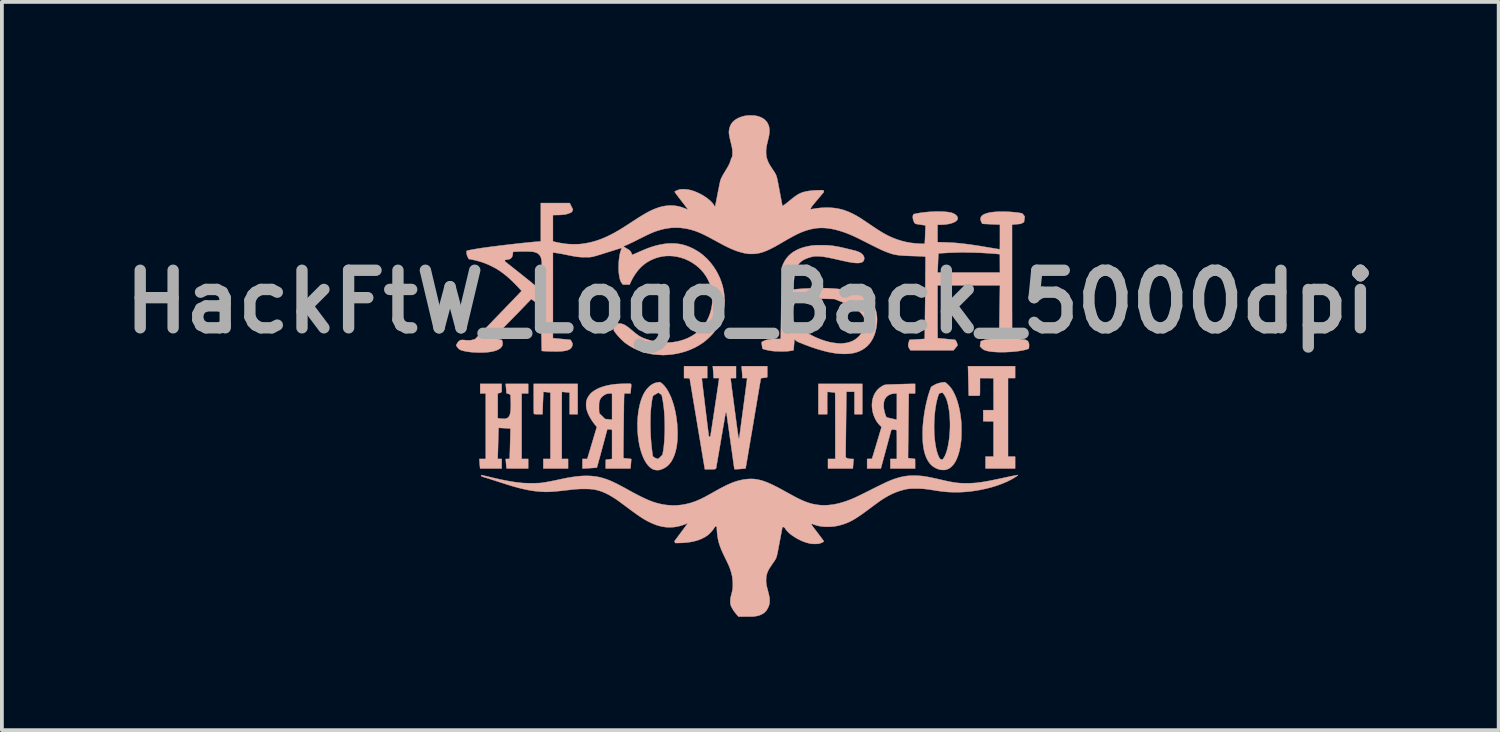
<source format=kicad_pcb>
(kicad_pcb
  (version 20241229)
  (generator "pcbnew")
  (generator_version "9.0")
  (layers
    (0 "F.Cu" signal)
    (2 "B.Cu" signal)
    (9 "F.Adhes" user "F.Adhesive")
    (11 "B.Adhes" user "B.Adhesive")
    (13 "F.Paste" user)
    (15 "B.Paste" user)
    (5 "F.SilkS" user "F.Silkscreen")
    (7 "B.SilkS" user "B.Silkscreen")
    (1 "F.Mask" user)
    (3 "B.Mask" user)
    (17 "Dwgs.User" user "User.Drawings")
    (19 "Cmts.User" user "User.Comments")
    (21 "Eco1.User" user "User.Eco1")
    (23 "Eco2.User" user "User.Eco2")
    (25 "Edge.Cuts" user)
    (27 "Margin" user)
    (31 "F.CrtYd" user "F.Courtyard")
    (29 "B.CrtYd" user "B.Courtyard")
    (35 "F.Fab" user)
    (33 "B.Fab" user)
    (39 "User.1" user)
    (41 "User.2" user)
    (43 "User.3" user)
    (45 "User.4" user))
  (footprint "HackFtW_Logo_Back_5000dpi"
    (layer "F.Cu")
    (at 16.808 6.537)
    (property "Reference" "HackFtW_Logo_Back_5000dpi" (at 0 -1.6 0) (layer "F.Fab") (effects (font (size 1.524 1.524) (thickness 0.3))))
    (attr through_hole)
    (fp_poly (pts (xy 5.762 0.129) (xy 5.762 0.138) (xy 5.763 0.157) (xy 5.764 0.183) (xy 5.765 0.218) (xy 5.766 0.258) (xy 5.767 0.305) (xy 5.768 0.356) (xy 5.77 0.411) (xy 5.771 0.469) (xy 5.772 0.504) (xy 5.773 0.563) (xy 5.775 0.62) (xy 5.776 0.673) (xy 5.777 0.721) (xy 5.778 0.764) (xy 5.779 0.802) (xy 5.78 0.832) (xy 5.781 0.854) (xy 5.782 0.867) (xy 5.782 0.871) (xy 5.785 0.887) (xy 5.923 0.887) (xy 5.965 0.887) (xy 5.997 0.887) (xy 6.022 0.887) (xy 6.04 0.886) (xy 6.052 0.885) (xy 6.061 0.884) (xy 6.066 0.882) (xy 6.07 0.879) (xy 6.07 0.878) (xy 6.072 0.875) (xy 6.074 0.87) (xy 6.076 0.863) (xy 6.077 0.852) (xy 6.077 0.836) (xy 6.078 0.815) (xy 6.078 0.788) (xy 6.079 0.753) (xy 6.079 0.711) (xy 6.079 0.659) (xy 6.079 0.644) (xy 6.079 0.42) (xy 6.258 0.421) (xy 6.437 0.423) (xy 6.438 0.845) (xy 6.44 1.268) (xy 6.165 1.268) (xy 6.165 1.563) (xy 6.437 1.566) (xy 6.437 2.495) (xy 6.332 2.497) (xy 6.226 2.498) (xy 6.226 2.655) (xy 6.226 2.813) (xy 7.009 2.813) (xy 7.009 2.498) (xy 6.821 2.498) (xy 6.821 0.42) (xy 7.009 0.42) (xy 7.009 0.105) (xy 5.759 0.105) (xy 5.762 0.129)) (stroke (width 0.01) (type solid)) (fill yes) (layer "B.SilkS"))
    (fp_poly (pts (xy -5.732 0.965) (xy -5.732 1.038) (xy -5.732 1.101) (xy -5.732 1.155) (xy -5.732 1.201) (xy -5.732 1.24) (xy -5.731 1.272) (xy -5.731 1.298) (xy -5.73 1.318) (xy -5.73 1.334) (xy -5.729 1.346) (xy -5.728 1.354) (xy -5.727 1.36) (xy -5.725 1.363) (xy -5.724 1.366) (xy -5.723 1.367) (xy -5.719 1.37) (xy -5.712 1.372) (xy -5.701 1.373) (xy -5.686 1.374) (xy -5.664 1.375) (xy -5.634 1.375) (xy -5.606 1.375) (xy -5.498 1.375) (xy -5.498 1.353) (xy -5.498 1.343) (xy -5.498 1.324) (xy -5.497 1.297) (xy -5.496 1.265) (xy -5.494 1.227) (xy -5.493 1.186) (xy -5.491 1.141) (xy -5.49 1.095) (xy -5.488 1.049) (xy -5.486 1.003) (xy -5.484 0.958) (xy -5.483 0.916) (xy -5.481 0.878) (xy -5.48 0.845) (xy -5.479 0.818) (xy -5.478 0.798) (xy -5.477 0.786) (xy -5.477 0.783) (xy -5.472 0.783) (xy -5.458 0.785) (xy -5.437 0.787) (xy -5.412 0.789) (xy -5.383 0.792) (xy -5.29 0.803) (xy -5.29 2.559) (xy -5.478 2.559) (xy -5.478 2.813) (xy -4.823 2.813) (xy -4.823 2.559) (xy -4.99 2.559) (xy -4.99 1.669) (xy -4.99 1.558) (xy -4.99 1.456) (xy -4.99 1.363) (xy -4.99 1.28) (xy -4.99 1.204) (xy -4.99 1.137) (xy -4.99 1.077) (xy -4.99 1.024) (xy -4.99 0.978) (xy -4.989 0.938) (xy -4.989 0.904) (xy -4.989 0.875) (xy -4.988 0.851) (xy -4.988 0.832) (xy -4.987 0.816) (xy -4.987 0.804) (xy -4.986 0.795) (xy -4.985 0.789) (xy -4.984 0.785) (xy -4.983 0.783) (xy -4.982 0.782) (xy -4.982 0.782) (xy -4.974 0.784) (xy -4.958 0.786) (xy -4.935 0.788) (xy -4.908 0.791) (xy -4.877 0.794) (xy -4.782 0.803) (xy -4.782 1.375) (xy -4.569 1.375) (xy -4.569 0.572) (xy -5.732 0.572) (xy -5.732 0.965)) (stroke (width 0.01) (type solid)) (fill yes) (layer "B.SilkS"))
    (fp_poly (pts (xy 1.802 1.375) (xy 2.035 1.375) (xy 2.035 1.081) (xy 2.035 1.027) (xy 2.035 0.976) (xy 2.036 0.93) (xy 2.036 0.888) (xy 2.037 0.852) (xy 2.037 0.823) (xy 2.038 0.801) (xy 2.038 0.788) (xy 2.039 0.784) (xy 2.045 0.784) (xy 2.059 0.785) (xy 2.079 0.787) (xy 2.104 0.789) (xy 2.132 0.791) (xy 2.16 0.794) (xy 2.186 0.797) (xy 2.21 0.799) (xy 2.228 0.801) (xy 2.24 0.803) (xy 2.242 0.804) (xy 2.243 0.806) (xy 2.244 0.812) (xy 2.244 0.822) (xy 2.245 0.837) (xy 2.246 0.857) (xy 2.246 0.882) (xy 2.247 0.914) (xy 2.247 0.951) (xy 2.247 0.995) (xy 2.248 1.046) (xy 2.248 1.104) (xy 2.248 1.17) (xy 2.248 1.244) (xy 2.248 1.326) (xy 2.248 1.417) (xy 2.249 1.518) (xy 2.249 1.628) (xy 2.249 1.682) (xy 2.249 2.559) (xy 2.056 2.559) (xy 2.056 2.813) (xy 2.714 2.813) (xy 2.723 2.695) (xy 2.726 2.661) (xy 2.728 2.63) (xy 2.731 2.603) (xy 2.733 2.583) (xy 2.734 2.571) (xy 2.734 2.568) (xy 2.735 2.564) (xy 2.732 2.561) (xy 2.724 2.56) (xy 2.709 2.559) (xy 2.686 2.559) (xy 2.683 2.559) (xy 2.658 2.558) (xy 2.632 2.557) (xy 2.611 2.554) (xy 2.603 2.553) (xy 2.583 2.547) (xy 2.563 2.54) (xy 2.544 2.531) (xy 2.531 2.523) (xy 2.525 2.516) (xy 2.525 2.51) (xy 2.525 2.495) (xy 2.525 2.47) (xy 2.525 2.437) (xy 2.525 2.396) (xy 2.525 2.348) (xy 2.526 2.293) (xy 2.526 2.231) (xy 2.527 2.163) (xy 2.528 2.09) (xy 2.529 2.012) (xy 2.53 1.93) (xy 2.531 1.844) (xy 2.532 1.755) (xy 2.533 1.674) (xy 2.534 1.582) (xy 2.535 1.493) (xy 2.536 1.407) (xy 2.537 1.324) (xy 2.538 1.245) (xy 2.539 1.172) (xy 2.54 1.103) (xy 2.541 1.04) (xy 2.541 0.984) (xy 2.542 0.934) (xy 2.542 0.892) (xy 2.543 0.858) (xy 2.543 0.833) (xy 2.543 0.816) (xy 2.543 0.81) (xy 2.543 0.781) (xy 2.757 0.781) (xy 2.757 1.375) (xy 2.965 1.375) (xy 2.965 0.572) (xy 1.802 0.572) (xy 1.802 1.375)) (stroke (width 0.01) (type solid)) (fill yes) (layer "B.SilkS"))
    (fp_poly (pts (xy -2.411 0.528) (xy -2.431 0.53) (xy -2.435 0.531) (xy -2.493 0.541) (xy -2.546 0.559) (xy -2.596 0.584) (xy -2.643 0.617) (xy -2.69 0.659) (xy -2.734 0.706) (xy -2.773 0.757) (xy -2.808 0.813) (xy -2.84 0.875) (xy -2.869 0.943) (xy -2.901 1.035) (xy -2.928 1.135) (xy -2.95 1.241) (xy -2.967 1.352) (xy -2.979 1.468) (xy -2.985 1.586) (xy -2.986 1.706) (xy -2.982 1.827) (xy -2.973 1.947) (xy -2.958 2.065) (xy -2.938 2.18) (xy -2.917 2.27) (xy -2.891 2.364) (xy -2.861 2.451) (xy -2.829 2.531) (xy -2.793 2.602) (xy -2.755 2.665) (xy -2.715 2.72) (xy -2.672 2.766) (xy -2.627 2.803) (xy -2.58 2.83) (xy -2.554 2.841) (xy -2.52 2.85) (xy -2.481 2.855) (xy -2.443 2.856) (xy -2.411 2.853) (xy -2.376 2.844) (xy -2.336 2.83) (xy -2.294 2.811) (xy -2.254 2.789) (xy -2.224 2.77) (xy -2.178 2.733) (xy -2.134 2.686) (xy -2.094 2.631) (xy -2.057 2.568) (xy -2.024 2.497) (xy -1.996 2.42) (xy -1.972 2.336) (xy -1.953 2.247) (xy -1.945 2.198) (xy -1.939 2.15) (xy -1.934 2.106) (xy -1.93 2.061) (xy -1.928 2.015) (xy -1.926 1.965) (xy -1.926 1.908) (xy -1.925 1.878) (xy -1.929 1.75) (xy -1.93 1.733) (xy -2.263 1.733) (xy -2.264 1.802) (xy -2.267 1.917) (xy -2.272 2.023) (xy -2.278 2.121) (xy -2.287 2.212) (xy -2.297 2.296) (xy -2.31 2.375) (xy -2.311 2.381) (xy -2.324 2.45) (xy -2.378 2.504) (xy -2.397 2.523) (xy -2.414 2.539) (xy -2.428 2.551) (xy -2.436 2.558) (xy -2.438 2.559) (xy -2.445 2.557) (xy -2.459 2.554) (xy -2.477 2.549) (xy -2.477 2.549) (xy -2.498 2.542) (xy -2.521 2.531) (xy -2.543 2.519) (xy -2.561 2.506) (xy -2.574 2.495) (xy -2.58 2.486) (xy -2.582 2.474) (xy -2.585 2.454) (xy -2.589 2.428) (xy -2.593 2.398) (xy -2.598 2.365) (xy -2.602 2.331) (xy -2.606 2.299) (xy -2.61 2.269) (xy -2.61 2.264) (xy -2.623 2.132) (xy -2.633 2.003) (xy -2.64 1.873) (xy -2.644 1.739) (xy -2.645 1.627) (xy -2.644 1.511) (xy -2.641 1.404) (xy -2.636 1.304) (xy -2.628 1.21) (xy -2.618 1.12) (xy -2.606 1.033) (xy -2.6 0.997) (xy -2.594 0.962) (xy -2.589 0.935) (xy -2.584 0.915) (xy -2.578 0.9) (xy -2.57 0.888) (xy -2.559 0.878) (xy -2.543 0.868) (xy -2.523 0.856) (xy -2.506 0.846) (xy -2.482 0.833) (xy -2.461 0.821) (xy -2.445 0.812) (xy -2.435 0.807) (xy -2.432 0.806) (xy -2.426 0.809) (xy -2.414 0.817) (xy -2.398 0.828) (xy -2.386 0.837) (xy -2.345 0.867) (xy -2.334 0.919) (xy -2.312 1.035) (xy -2.294 1.161) (xy -2.28 1.293) (xy -2.27 1.434) (xy -2.265 1.58) (xy -2.263 1.733) (xy -1.93 1.733) (xy -1.937 1.623) (xy -1.952 1.498) (xy -1.971 1.375) (xy -1.996 1.256) (xy -2.025 1.141) (xy -2.06 1.032) (xy -2.098 0.929) (xy -2.141 0.834) (xy -2.188 0.747) (xy -2.201 0.725) (xy -2.231 0.681) (xy -2.263 0.639) (xy -2.298 0.601) (xy -2.332 0.568) (xy -2.364 0.542) (xy -2.368 0.539) (xy -2.379 0.533) (xy -2.387 0.529) (xy -2.397 0.527) (xy -2.411 0.528)) (stroke (width 0.01) (type solid)) (fill yes) (layer "B.SilkS"))
    (fp_poly (pts (xy 5.126 0.529) (xy 5.119 0.529) (xy 5.047 0.54) (xy 4.982 0.556) (xy 4.922 0.577) (xy 4.865 0.605) (xy 4.817 0.634) (xy 4.806 0.641) (xy 4.797 0.647) (xy 4.79 0.654) (xy 4.784 0.663) (xy 4.778 0.674) (xy 4.772 0.691) (xy 4.764 0.714) (xy 4.753 0.744) (xy 4.748 0.759) (xy 4.712 0.87) (xy 4.68 0.99) (xy 4.65 1.116) (xy 4.624 1.247) (xy 4.602 1.381) (xy 4.584 1.516) (xy 4.57 1.651) (xy 4.565 1.731) (xy 4.563 1.771) (xy 4.561 1.818) (xy 4.561 1.869) (xy 4.561 1.923) (xy 4.562 1.978) (xy 4.563 2.031) (xy 4.565 2.08) (xy 4.568 2.125) (xy 4.571 2.162) (xy 4.573 2.178) (xy 4.584 2.257) (xy 4.597 2.328) (xy 4.612 2.392) (xy 4.631 2.452) (xy 4.652 2.508) (xy 4.669 2.547) (xy 4.705 2.614) (xy 4.745 2.672) (xy 4.79 2.721) (xy 4.84 2.763) (xy 4.897 2.797) (xy 4.96 2.825) (xy 5.004 2.839) (xy 5.036 2.845) (xy 5.073 2.85) (xy 5.111 2.851) (xy 5.146 2.85) (xy 5.173 2.846) (xy 5.226 2.829) (xy 5.277 2.802) (xy 5.323 2.766) (xy 5.367 2.72) (xy 5.407 2.665) (xy 5.443 2.602) (xy 5.476 2.529) (xy 5.505 2.448) (xy 5.531 2.358) (xy 5.553 2.259) (xy 5.57 2.152) (xy 5.579 2.084) (xy 5.582 2.054) (xy 5.584 2.016) (xy 5.586 1.971) (xy 5.588 1.921) (xy 5.588 1.867) (xy 5.589 1.813) (xy 5.589 1.758) (xy 5.588 1.706) (xy 5.587 1.657) (xy 5.586 1.614) (xy 5.585 1.612) (xy 5.286 1.612) (xy 5.286 1.717) (xy 5.282 1.821) (xy 5.275 1.923) (xy 5.265 2.022) (xy 5.251 2.117) (xy 5.235 2.208) (xy 5.216 2.292) (xy 5.194 2.369) (xy 5.169 2.437) (xy 5.154 2.472) (xy 5.144 2.492) (xy 5.132 2.513) (xy 5.119 2.534) (xy 5.106 2.553) (xy 5.095 2.568) (xy 5.087 2.577) (xy 5.084 2.579) (xy 5.077 2.578) (xy 5.064 2.574) (xy 5.049 2.569) (xy 5.034 2.563) (xy 5.024 2.558) (xy 5.016 2.55) (xy 5.008 2.539) (xy 4.998 2.52) (xy 4.998 2.519) (xy 4.971 2.461) (xy 4.947 2.393) (xy 4.926 2.316) (xy 4.908 2.231) (xy 4.893 2.138) (xy 4.881 2.037) (xy 4.872 1.929) (xy 4.87 1.891) (xy 4.866 1.788) (xy 4.865 1.683) (xy 4.868 1.578) (xy 4.873 1.473) (xy 4.881 1.37) (xy 4.892 1.271) (xy 4.906 1.176) (xy 4.921 1.086) (xy 4.94 1.004) (xy 4.96 0.931) (xy 4.962 0.923) (xy 4.973 0.89) (xy 4.982 0.865) (xy 4.989 0.847) (xy 4.996 0.835) (xy 5.005 0.827) (xy 5.015 0.821) (xy 5.028 0.817) (xy 5.043 0.814) (xy 5.085 0.804) (xy 5.109 0.831) (xy 5.139 0.869) (xy 5.166 0.917) (xy 5.191 0.973) (xy 5.213 1.039) (xy 5.232 1.113) (xy 5.249 1.196) (xy 5.263 1.286) (xy 5.266 1.304) (xy 5.276 1.405) (xy 5.283 1.508) (xy 5.286 1.612) (xy 5.585 1.612) (xy 5.583 1.578) (xy 5.582 1.56) (xy 5.565 1.421) (xy 5.544 1.29) (xy 5.518 1.169) (xy 5.487 1.056) (xy 5.452 0.951) (xy 5.412 0.856) (xy 5.367 0.768) (xy 5.328 0.705) (xy 5.308 0.677) (xy 5.283 0.647) (xy 5.256 0.617) (xy 5.228 0.588) (xy 5.201 0.564) (xy 5.178 0.547) (xy 5.178 0.547) (xy 5.162 0.536) (xy 5.15 0.53) (xy 5.139 0.528) (xy 5.126 0.529)) (stroke (width 0.01) (type solid)) (fill yes) (layer "B.SilkS"))
    (fp_poly (pts (xy -6.472 0.599) (xy -6.47 0.614) (xy -6.468 0.636) (xy -6.466 0.662) (xy -6.463 0.691) (xy -6.461 0.721) (xy -6.458 0.75) (xy -6.456 0.776) (xy -6.455 0.797) (xy -6.454 0.811) (xy -6.453 0.816) (xy -6.451 0.821) (xy -6.444 0.825) (xy -6.43 0.829) (xy -6.418 0.831) (xy -6.395 0.837) (xy -6.377 0.844) (xy -6.365 0.854) (xy -6.346 0.87) (xy -6.341 1.012) (xy -6.339 1.069) (xy -6.338 1.119) (xy -6.338 1.162) (xy -6.339 1.202) (xy -6.341 1.238) (xy -6.346 1.296) (xy -6.354 1.345) (xy -6.363 1.385) (xy -6.376 1.418) (xy -6.392 1.444) (xy -6.412 1.464) (xy -6.436 1.48) (xy -6.452 1.487) (xy -6.465 1.491) (xy -6.476 1.494) (xy -6.49 1.496) (xy -6.506 1.497) (xy -6.529 1.496) (xy -6.553 1.495) (xy -6.582 1.494) (xy -6.61 1.491) (xy -6.635 1.489) (xy -6.652 1.486) (xy -6.654 1.486) (xy -6.685 1.479) (xy -6.685 0.824) (xy -6.653 0.819) (xy -6.632 0.813) (xy -6.611 0.805) (xy -6.601 0.799) (xy -6.58 0.786) (xy -6.58 0.572) (xy -7.149 0.572) (xy -7.149 0.826) (xy -7.002 0.826) (xy -7.002 2.559) (xy -7.17 2.559) (xy -7.17 2.575) (xy -7.169 2.586) (xy -7.168 2.605) (xy -7.166 2.63) (xy -7.164 2.658) (xy -7.162 2.688) (xy -7.16 2.719) (xy -7.157 2.747) (xy -7.155 2.771) (xy -7.153 2.79) (xy -7.152 2.8) (xy -7.152 2.801) (xy -7.149 2.813) (xy -6.58 2.813) (xy -6.58 2.559) (xy -6.685 2.559) (xy -6.683 2.489) (xy -6.681 2.394) (xy -6.678 2.303) (xy -6.676 2.218) (xy -6.674 2.138) (xy -6.672 2.064) (xy -6.67 1.996) (xy -6.669 1.935) (xy -6.667 1.882) (xy -6.665 1.836) (xy -6.664 1.799) (xy -6.663 1.77) (xy -6.662 1.75) (xy -6.661 1.74) (xy -6.661 1.738) (xy -6.655 1.738) (xy -6.641 1.738) (xy -6.62 1.739) (xy -6.593 1.74) (xy -6.562 1.742) (xy -6.528 1.744) (xy -6.494 1.746) (xy -6.46 1.748) (xy -6.427 1.75) (xy -6.399 1.752) (xy -6.375 1.754) (xy -6.358 1.756) (xy -6.349 1.757) (xy -6.348 1.758) (xy -6.348 1.763) (xy -6.348 1.778) (xy -6.349 1.801) (xy -6.349 1.832) (xy -6.35 1.87) (xy -6.351 1.915) (xy -6.352 1.964) (xy -6.353 2.019) (xy -6.355 2.077) (xy -6.356 2.139) (xy -6.357 2.148) (xy -6.358 2.21) (xy -6.36 2.269) (xy -6.361 2.325) (xy -6.363 2.377) (xy -6.364 2.423) (xy -6.365 2.463) (xy -6.366 2.496) (xy -6.367 2.522) (xy -6.367 2.539) (xy -6.367 2.547) (xy -6.367 2.547) (xy -6.368 2.552) (xy -6.37 2.556) (xy -6.377 2.558) (xy -6.389 2.558) (xy -6.408 2.559) (xy -6.42 2.559) (xy -6.442 2.559) (xy -6.46 2.56) (xy -6.471 2.561) (xy -6.474 2.563) (xy -6.473 2.568) (xy -6.472 2.583) (xy -6.47 2.605) (xy -6.468 2.632) (xy -6.465 2.664) (xy -6.464 2.681) (xy -6.461 2.714) (xy -6.458 2.744) (xy -6.456 2.77) (xy -6.455 2.79) (xy -6.454 2.801) (xy -6.454 2.804) (xy -6.453 2.806) (xy -6.451 2.807) (xy -6.447 2.809) (xy -6.44 2.81) (xy -6.429 2.811) (xy -6.413 2.811) (xy -6.392 2.812) (xy -6.365 2.812) (xy -6.331 2.812) (xy -6.29 2.813) (xy -6.24 2.813) (xy -6.181 2.813) (xy -6.166 2.813) (xy -5.879 2.813) (xy -5.879 2.559) (xy -6.052 2.559) (xy -6.052 0.826) (xy -5.879 0.826) (xy -5.879 0.572) (xy -6.475 0.572) (xy -6.472 0.599)) (stroke (width 0.01) (type solid)) (fill yes) (layer "B.SilkS"))
    (fp_poly (pts (xy 4.3 0.573) (xy 4.284 0.573) (xy 4.258 0.573) (xy 4.225 0.574) (xy 4.185 0.575) (xy 4.139 0.576) (xy 4.088 0.577) (xy 4.034 0.579) (xy 3.976 0.58) (xy 3.917 0.582) (xy 3.907 0.582) (xy 3.84 0.584) (xy 3.782 0.586) (xy 3.732 0.587) (xy 3.69 0.589) (xy 3.655 0.59) (xy 3.625 0.592) (xy 3.601 0.594) (xy 3.581 0.596) (xy 3.565 0.599) (xy 3.551 0.602) (xy 3.539 0.606) (xy 3.528 0.61) (xy 3.518 0.616) (xy 3.506 0.622) (xy 3.493 0.63) (xy 3.489 0.632) (xy 3.43 0.671) (xy 3.378 0.716) (xy 3.333 0.769) (xy 3.295 0.828) (xy 3.264 0.893) (xy 3.241 0.962) (xy 3.226 1.037) (xy 3.22 1.115) (xy 3.22 1.172) (xy 3.229 1.255) (xy 3.245 1.337) (xy 3.27 1.415) (xy 3.302 1.49) (xy 3.34 1.56) (xy 3.386 1.623) (xy 3.437 1.679) (xy 3.446 1.688) (xy 3.474 1.713) (xy 3.348 2.135) (xy 3.221 2.556) (xy 3.156 2.558) (xy 3.092 2.559) (xy 3.092 2.813) (xy 3.273 2.813) (xy 3.455 2.813) (xy 3.592 2.306) (xy 3.729 1.799) (xy 3.771 1.776) (xy 3.821 1.787) (xy 3.842 1.791) (xy 3.86 1.795) (xy 3.871 1.798) (xy 3.875 1.8) (xy 3.875 1.805) (xy 3.876 1.82) (xy 3.877 1.844) (xy 3.878 1.876) (xy 3.878 1.916) (xy 3.878 1.963) (xy 3.879 2.017) (xy 3.879 2.076) (xy 3.879 2.141) (xy 3.879 2.181) (xy 3.879 2.559) (xy 3.707 2.559) (xy 3.707 2.813) (xy 4.362 2.813) (xy 4.362 2.686) (xy 4.362 2.651) (xy 4.361 2.62) (xy 4.361 2.594) (xy 4.36 2.574) (xy 4.36 2.562) (xy 4.359 2.559) (xy 4.352 2.558) (xy 4.336 2.557) (xy 4.316 2.554) (xy 4.291 2.551) (xy 4.265 2.548) (xy 4.239 2.545) (xy 4.215 2.542) (xy 4.195 2.539) (xy 4.181 2.537) (xy 4.175 2.536) (xy 4.175 2.536) (xy 4.175 2.531) (xy 4.175 2.516) (xy 4.175 2.492) (xy 4.175 2.46) (xy 4.176 2.419) (xy 4.176 2.371) (xy 4.177 2.316) (xy 4.177 2.255) (xy 4.178 2.188) (xy 4.179 2.115) (xy 4.18 2.038) (xy 4.181 1.956) (xy 4.182 1.871) (xy 4.183 1.782) (xy 4.184 1.707) (xy 4.185 1.616) (xy 4.186 1.527) (xy 4.187 1.441) (xy 4.188 1.359) (xy 4.189 1.281) (xy 4.19 1.208) (xy 4.19 1.17) (xy 3.879 1.17) (xy 3.879 1.229) (xy 3.879 1.284) (xy 3.879 1.335) (xy 3.879 1.382) (xy 3.878 1.423) (xy 3.878 1.458) (xy 3.878 1.486) (xy 3.877 1.506) (xy 3.877 1.517) (xy 3.876 1.518) (xy 3.87 1.519) (xy 3.857 1.517) (xy 3.845 1.515) (xy 3.831 1.511) (xy 3.809 1.506) (xy 3.782 1.5) (xy 3.75 1.493) (xy 3.717 1.485) (xy 3.71 1.484) (xy 3.675 1.476) (xy 3.647 1.469) (xy 3.627 1.464) (xy 3.613 1.458) (xy 3.602 1.45) (xy 3.595 1.44) (xy 3.588 1.426) (xy 3.582 1.407) (xy 3.573 1.383) (xy 3.572 1.379) (xy 3.556 1.329) (xy 3.545 1.283) (xy 3.537 1.239) (xy 3.532 1.193) (xy 3.531 1.164) (xy 3.531 1.105) (xy 3.537 1.052) (xy 3.549 1.006) (xy 3.568 0.966) (xy 3.594 0.929) (xy 3.611 0.911) (xy 3.648 0.88) (xy 3.689 0.857) (xy 3.736 0.84) (xy 3.79 0.831) (xy 3.825 0.828) (xy 3.879 0.825) (xy 3.879 1.17) (xy 4.19 1.17) (xy 4.191 1.14) (xy 4.192 1.078) (xy 4.192 1.022) (xy 4.193 0.973) (xy 4.193 0.932) (xy 4.194 0.899) (xy 4.194 0.874) (xy 4.194 0.858) (xy 4.194 0.853) (xy 4.194 0.826) (xy 4.362 0.826) (xy 4.362 0.572) (xy 4.3 0.573)) (stroke (width 0.01) (type solid)) (fill yes) (layer "B.SilkS"))
    (fp_poly (pts (xy -3.332 0.569) (xy -3.405 0.571) (xy -3.469 0.574) (xy -3.528 0.577) (xy -3.582 0.582) (xy -3.635 0.589) (xy -3.687 0.597) (xy -3.697 0.598) (xy -3.801 0.619) (xy -3.897 0.645) (xy -3.984 0.676) (xy -4.063 0.713) (xy -4.134 0.754) (xy -4.198 0.801) (xy -4.2 0.803) (xy -4.234 0.837) (xy -4.266 0.878) (xy -4.295 0.922) (xy -4.318 0.968) (xy -4.334 1.013) (xy -4.338 1.03) (xy -4.343 1.064) (xy -4.345 1.104) (xy -4.345 1.147) (xy -4.342 1.188) (xy -4.338 1.222) (xy -4.321 1.285) (xy -4.297 1.352) (xy -4.264 1.422) (xy -4.223 1.494) (xy -4.176 1.567) (xy -4.122 1.64) (xy -4.107 1.658) (xy -4.062 1.714) (xy -4.176 2.095) (xy -4.194 2.156) (xy -4.212 2.215) (xy -4.229 2.271) (xy -4.244 2.324) (xy -4.259 2.372) (xy -4.272 2.415) (xy -4.283 2.452) (xy -4.292 2.481) (xy -4.298 2.503) (xy -4.302 2.516) (xy -4.302 2.517) (xy -4.315 2.559) (xy -4.442 2.559) (xy -4.442 2.813) (xy -4.428 2.813) (xy -4.413 2.812) (xy -4.391 2.811) (xy -4.364 2.81) (xy -4.331 2.808) (xy -4.296 2.806) (xy -4.258 2.804) (xy -4.22 2.801) (xy -4.184 2.799) (xy -4.149 2.796) (xy -4.119 2.794) (xy -4.093 2.792) (xy -4.074 2.791) (xy -4.063 2.789) (xy -4.061 2.789) (xy -4.059 2.783) (xy -4.055 2.769) (xy -4.048 2.746) (xy -4.039 2.715) (xy -4.029 2.677) (xy -4.017 2.632) (xy -4.003 2.582) (xy -3.987 2.526) (xy -3.971 2.466) (xy -3.954 2.402) (xy -3.935 2.334) (xy -3.921 2.281) (xy -3.785 1.776) (xy -3.733 1.776) (xy -3.709 1.777) (xy -3.693 1.777) (xy -3.683 1.779) (xy -3.676 1.783) (xy -3.671 1.788) (xy -3.659 1.8) (xy -3.659 2.558) (xy -3.676 2.561) (xy -3.689 2.563) (xy -3.708 2.566) (xy -3.731 2.569) (xy -3.755 2.572) (xy -3.778 2.574) (xy -3.799 2.577) (xy -3.814 2.578) (xy -3.821 2.579) (xy -3.823 2.581) (xy -3.824 2.588) (xy -3.826 2.6) (xy -3.826 2.62) (xy -3.827 2.647) (xy -3.827 2.683) (xy -3.827 2.696) (xy -3.827 2.813) (xy -3.173 2.813) (xy -3.17 2.794) (xy -3.168 2.781) (xy -3.166 2.761) (xy -3.164 2.736) (xy -3.162 2.707) (xy -3.159 2.677) (xy -3.157 2.648) (xy -3.155 2.62) (xy -3.153 2.595) (xy -3.152 2.576) (xy -3.152 2.565) (xy -3.152 2.561) (xy -3.158 2.56) (xy -3.172 2.558) (xy -3.193 2.556) (xy -3.219 2.553) (xy -3.25 2.549) (xy -3.255 2.549) (xy -3.286 2.546) (xy -3.314 2.542) (xy -3.336 2.54) (xy -3.351 2.537) (xy -3.359 2.536) (xy -3.359 2.536) (xy -3.359 2.531) (xy -3.359 2.516) (xy -3.359 2.492) (xy -3.359 2.46) (xy -3.359 2.421) (xy -3.359 2.375) (xy -3.358 2.322) (xy -3.358 2.264) (xy -3.357 2.202) (xy -3.357 2.134) (xy -3.356 2.064) (xy -3.355 1.99) (xy -3.354 1.914) (xy -3.354 1.837) (xy -3.353 1.759) (xy -3.352 1.68) (xy -3.351 1.602) (xy -3.35 1.525) (xy -3.349 1.449) (xy -3.348 1.376) (xy -3.347 1.306) (xy -3.346 1.239) (xy -3.346 1.177) (xy -3.345 1.12) (xy -3.344 1.069) (xy -3.343 1.024) (xy -3.343 0.985) (xy -3.342 0.955) (xy -3.341 0.932) (xy -3.341 0.929) (xy -3.338 0.826) (xy -3.659 0.826) (xy -3.659 1.523) (xy -3.679 1.52) (xy -3.69 1.519) (xy -3.71 1.516) (xy -3.735 1.514) (xy -3.763 1.51) (xy -3.771 1.51) (xy -3.845 1.501) (xy -3.997 1.35) (xy -4.001 1.303) (xy -4.003 1.269) (xy -4.004 1.232) (xy -4.004 1.194) (xy -4.004 1.156) (xy -4.003 1.122) (xy -4.002 1.094) (xy -4 1.073) (xy -4 1.071) (xy -3.989 1.022) (xy -3.973 0.981) (xy -3.952 0.945) (xy -3.923 0.913) (xy -3.897 0.892) (xy -3.86 0.866) (xy -3.826 0.847) (xy -3.792 0.835) (xy -3.755 0.829) (xy -3.711 0.826) (xy -3.705 0.826) (xy -3.659 0.826) (xy -3.338 0.826) (xy -3.173 0.826) (xy -3.17 0.807) (xy -3.168 0.796) (xy -3.166 0.777) (xy -3.164 0.752) (xy -3.161 0.722) (xy -3.158 0.69) (xy -3.15 0.593) (xy -3.162 0.579) (xy -3.174 0.566) (xy -3.332 0.569)) (stroke (width 0.01) (type solid)) (fill yes) (layer "B.SilkS"))
    (fp_poly (pts (xy -0.228 0.132) (xy -0.227 0.147) (xy -0.225 0.169) (xy -0.223 0.197) (xy -0.221 0.228) (xy -0.218 0.262) (xy -0.216 0.296) (xy -0.214 0.328) (xy -0.212 0.357) (xy -0.211 0.38) (xy -0.21 0.397) (xy -0.21 0.403) (xy -0.21 0.42) (xy -0.147 0.42) (xy -0.12 0.42) (xy -0.102 0.421) (xy -0.09 0.422) (xy -0.085 0.424) (xy -0.083 0.428) (xy -0.083 0.428) (xy -0.084 0.434) (xy -0.086 0.449) (xy -0.089 0.473) (xy -0.093 0.506) (xy -0.098 0.547) (xy -0.105 0.595) (xy -0.112 0.649) (xy -0.12 0.71) (xy -0.129 0.777) (xy -0.138 0.849) (xy -0.149 0.925) (xy -0.159 1.005) (xy -0.17 1.089) (xy -0.182 1.176) (xy -0.187 1.216) (xy -0.199 1.304) (xy -0.21 1.39) (xy -0.221 1.472) (xy -0.232 1.55) (xy -0.241 1.624) (xy -0.251 1.693) (xy -0.259 1.756) (xy -0.267 1.814) (xy -0.273 1.865) (xy -0.279 1.909) (xy -0.284 1.945) (xy -0.288 1.973) (xy -0.29 1.992) (xy -0.291 2.003) (xy -0.291 2.004) (xy -0.296 2.009) (xy -0.303 2.009) (xy -0.304 2.009) (xy -0.306 2.008) (xy -0.307 2.006) (xy -0.309 2.002) (xy -0.31 1.996) (xy -0.312 1.987) (xy -0.315 1.976) (xy -0.317 1.961) (xy -0.32 1.943) (xy -0.324 1.919) (xy -0.328 1.892) (xy -0.333 1.858) (xy -0.338 1.819) (xy -0.345 1.774) (xy -0.352 1.722) (xy -0.36 1.663) (xy -0.369 1.596) (xy -0.379 1.521) (xy -0.39 1.437) (xy -0.402 1.345) (xy -0.416 1.243) (xy -0.419 1.218) (xy -0.431 1.129) (xy -0.442 1.044) (xy -0.453 0.961) (xy -0.464 0.883) (xy -0.473 0.808) (xy -0.482 0.739) (xy -0.491 0.675) (xy -0.498 0.617) (xy -0.505 0.566) (xy -0.51 0.522) (xy -0.515 0.485) (xy -0.518 0.456) (xy -0.521 0.436) (xy -0.522 0.426) (xy -0.522 0.424) (xy -0.516 0.423) (xy -0.502 0.421) (xy -0.482 0.421) (xy -0.457 0.42) (xy -0.449 0.42) (xy -0.378 0.42) (xy -0.378 0.105) (xy -0.993 0.105) (xy -0.99 0.132) (xy -0.989 0.147) (xy -0.987 0.169) (xy -0.985 0.197) (xy -0.983 0.228) (xy -0.98 0.262) (xy -0.978 0.296) (xy -0.976 0.328) (xy -0.974 0.357) (xy -0.973 0.38) (xy -0.972 0.397) (xy -0.972 0.403) (xy -0.972 0.42) (xy -0.898 0.42) (xy -0.87 0.42) (xy -0.85 0.42) (xy -0.837 0.421) (xy -0.829 0.423) (xy -0.826 0.425) (xy -0.825 0.429) (xy -0.825 0.43) (xy -0.826 0.436) (xy -0.828 0.451) (xy -0.831 0.476) (xy -0.836 0.508) (xy -0.842 0.547) (xy -0.849 0.594) (xy -0.856 0.646) (xy -0.865 0.704) (xy -0.874 0.766) (xy -0.884 0.832) (xy -0.895 0.902) (xy -0.905 0.974) (xy -0.917 1.048) (xy -0.928 1.123) (xy -0.939 1.2) (xy -0.951 1.276) (xy -0.962 1.351) (xy -0.973 1.425) (xy -0.984 1.497) (xy -0.995 1.566) (xy -1.005 1.632) (xy -1.014 1.694) (xy -1.023 1.751) (xy -1.031 1.803) (xy -1.038 1.849) (xy -1.044 1.888) (xy -1.049 1.92) (xy -1.053 1.943) (xy -1.055 1.958) (xy -1.056 1.963) (xy -1.063 1.968) (xy -1.078 1.968) (xy -1.091 1.966) (xy -1.097 1.96) (xy -1.098 1.957) (xy -1.101 1.935) (xy -1.105 1.905) (xy -1.109 1.867) (xy -1.115 1.823) (xy -1.121 1.772) (xy -1.128 1.716) (xy -1.136 1.655) (xy -1.144 1.59) (xy -1.152 1.521) (xy -1.161 1.449) (xy -1.17 1.375) (xy -1.179 1.3) (xy -1.189 1.223) (xy -1.198 1.147) (xy -1.207 1.071) (xy -1.216 0.996) (xy -1.225 0.922) (xy -1.234 0.852) (xy -1.242 0.784) (xy -1.249 0.72) (xy -1.257 0.661) (xy -1.263 0.606) (xy -1.269 0.558) (xy -1.274 0.516) (xy -1.278 0.481) (xy -1.281 0.454) (xy -1.283 0.435) (xy -1.284 0.425) (xy -1.284 0.424) (xy -1.278 0.423) (xy -1.264 0.421) (xy -1.244 0.421) (xy -1.219 0.42) (xy -1.211 0.42) (xy -1.14 0.42) (xy -1.14 0.105) (xy -1.754 0.105) (xy -1.754 0.42) (xy -1.605 0.423) (xy -1.203 2.833) (xy -1.073 2.833) (xy -1.028 2.833) (xy -0.992 2.833) (xy -0.964 2.832) (xy -0.943 2.83) (xy -0.928 2.826) (xy -0.917 2.821) (xy -0.91 2.813) (xy -0.906 2.803) (xy -0.902 2.79) (xy -0.899 2.773) (xy -0.899 2.773) (xy -0.897 2.762) (xy -0.894 2.743) (xy -0.889 2.714) (xy -0.883 2.678) (xy -0.875 2.634) (xy -0.866 2.583) (xy -0.857 2.525) (xy -0.846 2.463) (xy -0.834 2.395) (xy -0.822 2.323) (xy -0.809 2.247) (xy -0.795 2.168) (xy -0.781 2.087) (xy -0.777 2.058) (xy -0.763 1.977) (xy -0.749 1.898) (xy -0.736 1.821) (xy -0.724 1.749) (xy -0.712 1.681) (xy -0.701 1.618) (xy -0.691 1.56) (xy -0.682 1.508) (xy -0.675 1.463) (xy -0.668 1.426) (xy -0.663 1.396) (xy -0.659 1.375) (xy -0.657 1.363) (xy -0.657 1.361) (xy -0.653 1.345) (xy -0.648 1.337) (xy -0.642 1.334) (xy -0.642 1.334) (xy -0.633 1.335) (xy -0.632 1.336) (xy -0.631 1.341) (xy -0.629 1.355) (xy -0.625 1.379) (xy -0.621 1.411) (xy -0.615 1.451) (xy -0.609 1.498) (xy -0.601 1.552) (xy -0.593 1.612) (xy -0.583 1.677) (xy -0.573 1.748) (xy -0.563 1.823) (xy -0.552 1.902) (xy -0.54 1.985) (xy -0.528 2.07) (xy -0.526 2.084) (xy -0.421 2.83) (xy -0.39 2.831) (xy -0.376 2.831) (xy -0.354 2.83) (xy -0.326 2.829) (xy -0.293 2.827) (xy -0.258 2.824) (xy -0.244 2.823) (xy -0.211 2.82) (xy -0.181 2.818) (xy -0.156 2.815) (xy -0.138 2.813) (xy -0.127 2.811) (xy -0.125 2.811) (xy -0.124 2.806) (xy -0.121 2.791) (xy -0.117 2.767) (xy -0.111 2.734) (xy -0.104 2.693) (xy -0.096 2.644) (xy -0.086 2.588) (xy -0.075 2.525) (xy -0.063 2.455) (xy -0.051 2.38) (xy -0.037 2.298) (xy -0.022 2.212) (xy -0.007 2.12) (xy 0.01 2.024) (xy 0.026 1.925) (xy 0.044 1.822) (xy 0.062 1.716) (xy 0.078 1.62) (xy 0.096 1.512) (xy 0.114 1.406) (xy 0.131 1.303) (xy 0.148 1.204) (xy 0.164 1.109) (xy 0.179 1.018) (xy 0.194 0.932) (xy 0.207 0.851) (xy 0.22 0.775) (xy 0.232 0.706) (xy 0.242 0.644) (xy 0.252 0.588) (xy 0.26 0.54) (xy 0.267 0.5) (xy 0.272 0.468) (xy 0.276 0.445) (xy 0.279 0.432) (xy 0.28 0.427) (xy 0.285 0.425) (xy 0.299 0.422) (xy 0.319 0.418) (xy 0.344 0.414) (xy 0.357 0.413) (xy 0.384 0.41) (xy 0.408 0.407) (xy 0.427 0.404) (xy 0.439 0.402) (xy 0.441 0.402) (xy 0.444 0.4) (xy 0.446 0.397) (xy 0.448 0.391) (xy 0.449 0.381) (xy 0.449 0.365) (xy 0.45 0.344) (xy 0.45 0.315) (xy 0.45 0.277) (xy 0.45 0.252) (xy 0.45 0.105) (xy -0.231 0.105) (xy -0.228 0.132)) (stroke (width 0.01) (type solid)) (fill yes) (layer "B.SilkS"))
    (fp_poly (pts (xy 1.831 -3.098) (xy 1.778 -3.097) (xy 1.73 -3.095) (xy 1.687 -3.093) (xy 1.652 -3.09) (xy 1.641 -3.089) (xy 1.536 -3.071) (xy 1.439 -3.049) (xy 1.35 -3.022) (xy 1.267 -2.989) (xy 1.213 -2.962) (xy 1.135 -2.917) (xy 1.066 -2.865) (xy 1.006 -2.808) (xy 0.953 -2.745) (xy 0.908 -2.676) (xy 0.87 -2.6) (xy 0.849 -2.547) (xy 0.83 -2.493) (xy 0.818 -1.556) (xy 0.817 -1.459) (xy 0.816 -1.365) (xy 0.815 -1.274) (xy 0.814 -1.187) (xy 0.813 -1.105) (xy 0.812 -1.027) (xy 0.811 -0.954) (xy 0.81 -0.887) (xy 0.809 -0.826) (xy 0.809 -0.772) (xy 0.808 -0.725) (xy 0.808 -0.686) (xy 0.807 -0.655) (xy 0.807 -0.633) (xy 0.807 -0.621) (xy 0.806 -0.618) (xy 0.801 -0.617) (xy 0.788 -0.617) (xy 0.767 -0.617) (xy 0.74 -0.616) (xy 0.71 -0.616) (xy 0.699 -0.616) (xy 0.639 -0.616) (xy 0.587 -0.614) (xy 0.542 -0.61) (xy 0.501 -0.605) (xy 0.464 -0.598) (xy 0.44 -0.593) (xy 0.417 -0.586) (xy 0.391 -0.577) (xy 0.365 -0.566) (xy 0.34 -0.555) (xy 0.32 -0.545) (xy 0.307 -0.536) (xy 0.303 -0.533) (xy 0.301 -0.527) (xy 0.301 -0.515) (xy 0.302 -0.496) (xy 0.305 -0.47) (xy 0.309 -0.445) (xy 0.313 -0.418) (xy 0.316 -0.394) (xy 0.32 -0.375) (xy 0.322 -0.363) (xy 0.323 -0.361) (xy 0.333 -0.354) (xy 0.351 -0.347) (xy 0.377 -0.339) (xy 0.408 -0.331) (xy 0.444 -0.322) (xy 0.484 -0.314) (xy 0.524 -0.307) (xy 0.566 -0.3) (xy 0.577 -0.298) (xy 0.607 -0.295) (xy 0.645 -0.292) (xy 0.689 -0.29) (xy 0.736 -0.289) (xy 0.786 -0.287) (xy 0.836 -0.287) (xy 0.883 -0.287) (xy 0.926 -0.288) (xy 0.963 -0.289) (xy 0.983 -0.291) (xy 1.01 -0.294) (xy 1.038 -0.297) (xy 1.066 -0.302) (xy 1.093 -0.306) (xy 1.116 -0.31) (xy 1.133 -0.314) (xy 1.143 -0.317) (xy 1.144 -0.318) (xy 1.145 -0.323) (xy 1.147 -0.337) (xy 1.149 -0.358) (xy 1.151 -0.384) (xy 1.153 -0.414) (xy 1.156 -0.447) (xy 1.158 -0.48) (xy 1.161 -0.512) (xy 1.163 -0.541) (xy 1.165 -0.567) (xy 1.166 -0.587) (xy 1.166 -0.599) (xy 1.166 -0.601) (xy 1.167 -0.606) (xy 1.17 -0.607) (xy 1.176 -0.603) (xy 1.187 -0.593) (xy 1.198 -0.582) (xy 1.21 -0.571) (xy 1.22 -0.562) (xy 1.232 -0.554) (xy 1.245 -0.547) (xy 1.263 -0.538) (xy 1.286 -0.528) (xy 1.317 -0.515) (xy 1.323 -0.513) (xy 1.479 -0.451) (xy 1.629 -0.396) (xy 1.772 -0.349) (xy 1.909 -0.309) (xy 2.039 -0.276) (xy 2.163 -0.251) (xy 2.281 -0.233) (xy 2.393 -0.223) (xy 2.499 -0.22) (xy 2.6 -0.224) (xy 2.617 -0.226) (xy 2.712 -0.239) (xy 2.801 -0.26) (xy 2.883 -0.29) (xy 2.959 -0.327) (xy 3.029 -0.372) (xy 3.093 -0.425) (xy 3.15 -0.485) (xy 3.2 -0.554) (xy 3.244 -0.63) (xy 3.28 -0.712) (xy 3.306 -0.789) (xy 3.327 -0.871) (xy 3.342 -0.953) (xy 3.352 -1.037) (xy 3.352 -1.04) (xy 3.04 -1.04) (xy 3.035 -0.982) (xy 3.02 -0.921) (xy 2.995 -0.859) (xy 2.973 -0.818) (xy 2.928 -0.749) (xy 2.878 -0.688) (xy 2.821 -0.636) (xy 2.759 -0.592) (xy 2.691 -0.556) (xy 2.617 -0.529) (xy 2.538 -0.51) (xy 2.456 -0.5) (xy 2.434 -0.498) (xy 2.414 -0.497) (xy 2.401 -0.496) (xy 2.396 -0.495) (xy 2.388 -0.495) (xy 2.373 -0.496) (xy 2.351 -0.497) (xy 2.325 -0.499) (xy 2.315 -0.5) (xy 2.209 -0.512) (xy 2.1 -0.532) (xy 1.988 -0.562) (xy 1.875 -0.599) (xy 1.763 -0.644) (xy 1.66 -0.692) (xy 1.588 -0.73) (xy 1.517 -0.772) (xy 1.449 -0.815) (xy 1.383 -0.86) (xy 1.323 -0.906) (xy 1.268 -0.952) (xy 1.221 -0.996) (xy 1.181 -1.039) (xy 1.171 -1.051) (xy 1.146 -1.082) (xy 1.14 -1.212) (xy 1.138 -1.293) (xy 1.138 -1.364) (xy 1.141 -1.426) (xy 1.147 -1.478) (xy 1.156 -1.521) (xy 1.168 -1.554) (xy 1.183 -1.578) (xy 1.198 -1.592) (xy 1.219 -1.602) (xy 1.247 -1.613) (xy 1.281 -1.625) (xy 1.318 -1.635) (xy 1.355 -1.644) (xy 1.403 -1.654) (xy 1.455 -1.662) (xy 1.511 -1.669) (xy 1.572 -1.674) (xy 1.639 -1.678) (xy 1.713 -1.68) (xy 1.794 -1.681) (xy 1.884 -1.68) (xy 1.983 -1.679) (xy 2.002 -1.678) (xy 2.226 -1.673) (xy 2.332 -1.631) (xy 2.407 -1.602) (xy 2.472 -1.576) (xy 2.531 -1.551) (xy 2.583 -1.527) (xy 2.63 -1.505) (xy 2.641 -1.5) (xy 2.726 -1.454) (xy 2.8 -1.407) (xy 2.864 -1.359) (xy 2.918 -1.31) (xy 2.963 -1.259) (xy 2.997 -1.206) (xy 3.021 -1.153) (xy 3.036 -1.097) (xy 3.04 -1.04) (xy 3.352 -1.04) (xy 3.355 -1.119) (xy 3.353 -1.198) (xy 3.344 -1.273) (xy 3.33 -1.342) (xy 3.32 -1.374) (xy 3.292 -1.444) (xy 3.254 -1.511) (xy 3.208 -1.574) (xy 3.163 -1.622) (xy 3.103 -1.677) (xy 3.034 -1.726) (xy 2.957 -1.771) (xy 2.872 -1.81) (xy 2.779 -1.846) (xy 2.677 -1.876) (xy 2.567 -1.902) (xy 2.449 -1.923) (xy 2.321 -1.94) (xy 2.185 -1.951) (xy 2.04 -1.959) (xy 1.886 -1.962) (xy 1.774 -1.961) (xy 1.71 -1.959) (xy 1.643 -1.957) (xy 1.573 -1.955) (xy 1.504 -1.952) (xy 1.435 -1.949) (xy 1.37 -1.945) (xy 1.308 -1.941) (xy 1.252 -1.937) (xy 1.204 -1.933) (xy 1.17 -1.929) (xy 1.145 -1.926) (xy 1.148 -2.042) (xy 1.152 -2.142) (xy 1.16 -2.232) (xy 1.171 -2.313) (xy 1.186 -2.387) (xy 1.204 -2.452) (xy 1.228 -2.511) (xy 1.255 -2.563) (xy 1.288 -2.608) (xy 1.327 -2.649) (xy 1.371 -2.684) (xy 1.421 -2.714) (xy 1.477 -2.741) (xy 1.54 -2.764) (xy 1.608 -2.784) (xy 1.633 -2.791) (xy 1.654 -2.795) (xy 1.672 -2.799) (xy 1.69 -2.801) (xy 1.711 -2.802) (xy 1.737 -2.802) (xy 1.768 -2.802) (xy 1.805 -2.802) (xy 1.842 -2.801) (xy 1.879 -2.798) (xy 1.918 -2.794) (xy 1.96 -2.788) (xy 2.007 -2.78) (xy 2.058 -2.771) (xy 2.115 -2.759) (xy 2.18 -2.746) (xy 2.253 -2.729) (xy 2.289 -2.721) (xy 2.351 -2.707) (xy 2.403 -2.695) (xy 2.448 -2.685) (xy 2.486 -2.677) (xy 2.519 -2.67) (xy 2.548 -2.664) (xy 2.573 -2.658) (xy 2.597 -2.654) (xy 2.619 -2.65) (xy 2.641 -2.646) (xy 2.716 -2.634) (xy 2.782 -2.627) (xy 2.839 -2.625) (xy 2.888 -2.628) (xy 2.929 -2.636) (xy 2.961 -2.649) (xy 2.986 -2.667) (xy 3.003 -2.691) (xy 3.012 -2.719) (xy 3.015 -2.753) (xy 3.014 -2.764) (xy 3.01 -2.786) (xy 3.003 -2.805) (xy 2.992 -2.824) (xy 2.968 -2.854) (xy 2.938 -2.881) (xy 2.901 -2.905) (xy 2.857 -2.925) (xy 2.805 -2.944) (xy 2.748 -2.959) (xy 2.718 -2.966) (xy 2.681 -2.975) (xy 2.64 -2.985) (xy 2.596 -2.996) (xy 2.553 -3.006) (xy 2.53 -3.012) (xy 2.468 -3.027) (xy 2.413 -3.039) (xy 2.364 -3.05) (xy 2.318 -3.059) (xy 2.274 -3.067) (xy 2.23 -3.074) (xy 2.184 -3.081) (xy 2.133 -3.087) (xy 2.119 -3.089) (xy 2.083 -3.092) (xy 2.04 -3.094) (xy 1.992 -3.096) (xy 1.939 -3.098) (xy 1.885 -3.098) (xy 1.831 -3.098)) (stroke (width 0.01) (type solid)) (fill yes) (layer "B.SilkS"))
    (fp_poly (pts (xy -7.126 2.988) (xy -7.124 2.996) (xy -7.119 3.006) (xy -7.112 3.018) (xy -7.108 3.025) (xy -7.107 3.026) (xy -7.1 3.028) (xy -7.085 3.032) (xy -7.063 3.038) (xy -7.034 3.047) (xy -7.001 3.057) (xy -6.964 3.068) (xy -6.925 3.08) (xy -6.884 3.093) (xy -6.843 3.106) (xy -6.803 3.119) (xy -6.766 3.131) (xy -6.758 3.133) (xy -6.687 3.156) (xy -6.624 3.177) (xy -6.569 3.194) (xy -6.521 3.21) (xy -6.479 3.223) (xy -6.441 3.235) (xy -6.407 3.246) (xy -6.376 3.255) (xy -6.347 3.264) (xy -6.319 3.273) (xy -6.291 3.281) (xy -6.261 3.289) (xy -6.25 3.293) (xy -6.133 3.325) (xy -6.022 3.352) (xy -5.917 3.375) (xy -5.815 3.394) (xy -5.715 3.409) (xy -5.62 3.419) (xy -5.568 3.424) (xy -5.518 3.427) (xy -5.468 3.43) (xy -5.419 3.431) (xy -5.368 3.431) (xy -5.315 3.429) (xy -5.259 3.426) (xy -5.198 3.422) (xy -5.132 3.416) (xy -5.059 3.409) (xy -4.978 3.401) (xy -4.889 3.39) (xy -4.881 3.389) (xy -4.817 3.382) (xy -4.762 3.376) (xy -4.715 3.37) (xy -4.674 3.366) (xy -4.637 3.362) (xy -4.605 3.36) (xy -4.575 3.358) (xy -4.546 3.356) (xy -4.517 3.355) (xy -4.487 3.354) (xy -4.454 3.354) (xy -4.417 3.354) (xy -4.399 3.354) (xy -4.342 3.354) (xy -4.294 3.355) (xy -4.252 3.356) (xy -4.215 3.359) (xy -4.181 3.362) (xy -4.149 3.366) (xy -4.116 3.372) (xy -4.081 3.38) (xy -4.058 3.385) (xy -3.979 3.407) (xy -3.899 3.436) (xy -3.816 3.472) (xy -3.731 3.517) (xy -3.642 3.569) (xy -3.549 3.629) (xy -3.517 3.651) (xy -3.502 3.661) (xy -3.48 3.677) (xy -3.452 3.698) (xy -3.42 3.722) (xy -3.383 3.749) (xy -3.343 3.779) (xy -3.301 3.809) (xy -3.259 3.841) (xy -3.258 3.842) (xy -3.185 3.896) (xy -3.119 3.945) (xy -3.059 3.988) (xy -3.005 4.027) (xy -2.955 4.061) (xy -2.91 4.092) (xy -2.868 4.119) (xy -2.828 4.144) (xy -2.791 4.167) (xy -2.754 4.187) (xy -2.717 4.207) (xy -2.68 4.226) (xy -2.661 4.235) (xy -2.574 4.275) (xy -2.491 4.307) (xy -2.411 4.332) (xy -2.332 4.35) (xy -2.251 4.363) (xy -2.204 4.367) (xy -2.11 4.369) (xy -2.014 4.363) (xy -1.918 4.347) (xy -1.822 4.322) (xy -1.73 4.29) (xy -1.702 4.278) (xy -1.682 4.269) (xy -1.666 4.263) (xy -1.656 4.259) (xy -1.653 4.258) (xy -1.656 4.262) (xy -1.664 4.274) (xy -1.678 4.292) (xy -1.696 4.317) (xy -1.717 4.346) (xy -1.743 4.381) (xy -1.771 4.419) (xy -1.801 4.46) (xy -1.83 4.499) (xy -2.008 4.739) (xy -1.997 4.762) (xy -1.986 4.784) (xy -1.917 4.784) (xy -1.792 4.781) (xy -1.675 4.771) (xy -1.565 4.755) (xy -1.463 4.733) (xy -1.368 4.704) (xy -1.281 4.669) (xy -1.201 4.627) (xy -1.145 4.591) (xy -1.113 4.567) (xy -1.079 4.536) (xy -1.045 4.501) (xy -1.012 4.464) (xy -0.983 4.427) (xy -0.968 4.406) (xy -0.955 4.385) (xy -0.943 4.367) (xy -0.934 4.353) (xy -0.93 4.346) (xy -0.93 4.345) (xy -0.926 4.343) (xy -0.914 4.346) (xy -0.907 4.349) (xy -0.886 4.359) (xy -0.886 4.393) (xy -0.885 4.426) (xy -0.882 4.466) (xy -0.879 4.511) (xy -0.874 4.556) (xy -0.869 4.599) (xy -0.865 4.621) (xy -0.856 4.675) (xy -0.844 4.728) (xy -0.831 4.78) (xy -0.814 4.834) (xy -0.795 4.889) (xy -0.772 4.947) (xy -0.745 5.01) (xy -0.714 5.079) (xy -0.678 5.154) (xy -0.656 5.198) (xy -0.629 5.253) (xy -0.606 5.301) (xy -0.587 5.342) (xy -0.57 5.38) (xy -0.556 5.414) (xy -0.543 5.447) (xy -0.531 5.48) (xy -0.528 5.489) (xy -0.502 5.573) (xy -0.483 5.652) (xy -0.471 5.731) (xy -0.464 5.811) (xy -0.463 5.871) (xy -0.463 5.91) (xy -0.464 5.945) (xy -0.466 5.977) (xy -0.47 6.008) (xy -0.476 6.041) (xy -0.484 6.079) (xy -0.494 6.122) (xy -0.503 6.157) (xy -0.512 6.193) (xy -0.519 6.222) (xy -0.523 6.246) (xy -0.526 6.268) (xy -0.528 6.291) (xy -0.529 6.313) (xy -0.529 6.353) (xy -0.527 6.386) (xy -0.521 6.417) (xy -0.511 6.448) (xy -0.499 6.475) (xy -0.478 6.515) (xy -0.451 6.56) (xy -0.418 6.607) (xy -0.38 6.655) (xy -0.34 6.702) (xy -0.336 6.707) (xy -0.313 6.732) (xy -0.128 6.733) (xy -0.085 6.733) (xy -0.045 6.733) (xy -0.009 6.733) (xy 0.022 6.733) (xy 0.047 6.732) (xy 0.064 6.732) (xy 0.072 6.731) (xy 0.084 6.73) (xy 0.103 6.727) (xy 0.124 6.724) (xy 0.128 6.724) (xy 0.194 6.712) (xy 0.253 6.694) (xy 0.295 6.676) (xy 0.341 6.651) (xy 0.38 6.622) (xy 0.413 6.588) (xy 0.442 6.547) (xy 0.468 6.498) (xy 0.471 6.493) (xy 0.489 6.452) (xy 0.501 6.416) (xy 0.508 6.38) (xy 0.512 6.341) (xy 0.512 6.313) (xy 0.512 6.287) (xy 0.511 6.263) (xy 0.508 6.237) (xy 0.504 6.21) (xy 0.497 6.179) (xy 0.489 6.143) (xy 0.479 6.1) (xy 0.466 6.049) (xy 0.465 6.049) (xy 0.452 5.997) (xy 0.441 5.954) (xy 0.433 5.918) (xy 0.427 5.886) (xy 0.423 5.857) (xy 0.42 5.829) (xy 0.418 5.801) (xy 0.418 5.771) (xy 0.418 5.767) (xy 0.421 5.7) (xy 0.43 5.638) (xy 0.447 5.579) (xy 0.471 5.519) (xy 0.479 5.504) (xy 0.483 5.495) (xy 0.489 5.486) (xy 0.495 5.475) (xy 0.502 5.463) (xy 0.512 5.447) (xy 0.525 5.428) (xy 0.541 5.404) (xy 0.56 5.375) (xy 0.584 5.339) (xy 0.614 5.296) (xy 0.619 5.289) (xy 0.633 5.269) (xy 0.645 5.251) (xy 0.655 5.235) (xy 0.665 5.219) (xy 0.673 5.204) (xy 0.681 5.188) (xy 0.688 5.171) (xy 0.694 5.151) (xy 0.701 5.129) (xy 0.708 5.102) (xy 0.715 5.071) (xy 0.723 5.035) (xy 0.731 4.992) (xy 0.741 4.943) (xy 0.751 4.885) (xy 0.764 4.819) (xy 0.775 4.758) (xy 0.787 4.697) (xy 0.798 4.639) (xy 0.808 4.584) (xy 0.818 4.534) (xy 0.826 4.488) (xy 0.834 4.449) (xy 0.84 4.416) (xy 0.845 4.391) (xy 0.848 4.374) (xy 0.85 4.366) (xy 0.85 4.366) (xy 0.856 4.359) (xy 0.867 4.359) (xy 0.881 4.363) (xy 0.897 4.372) (xy 0.911 4.384) (xy 0.923 4.399) (xy 0.924 4.401) (xy 0.948 4.438) (xy 0.981 4.476) (xy 1.021 4.516) (xy 1.068 4.555) (xy 1.121 4.594) (xy 1.178 4.631) (xy 1.238 4.667) (xy 1.3 4.7) (xy 1.364 4.73) (xy 1.427 4.755) (xy 1.49 4.776) (xy 1.517 4.783) (xy 1.56 4.794) (xy 1.597 4.801) (xy 1.631 4.806) (xy 1.665 4.808) (xy 1.702 4.809) (xy 1.731 4.808) (xy 1.764 4.807) (xy 1.789 4.805) (xy 1.809 4.803) (xy 1.826 4.799) (xy 1.844 4.794) (xy 1.85 4.792) (xy 1.872 4.784) (xy 1.895 4.774) (xy 1.916 4.763) (xy 1.933 4.753) (xy 1.944 4.745) (xy 1.947 4.741) (xy 1.944 4.736) (xy 1.936 4.724) (xy 1.923 4.705) (xy 1.905 4.68) (xy 1.883 4.651) (xy 1.858 4.617) (xy 1.829 4.579) (xy 1.799 4.539) (xy 1.781 4.515) (xy 1.744 4.467) (xy 1.714 4.427) (xy 1.688 4.393) (xy 1.668 4.366) (xy 1.651 4.344) (xy 1.639 4.327) (xy 1.63 4.313) (xy 1.624 4.304) (xy 1.621 4.297) (xy 1.619 4.292) (xy 1.62 4.289) (xy 1.621 4.286) (xy 1.623 4.285) (xy 1.628 4.28) (xy 1.634 4.278) (xy 1.642 4.28) (xy 1.656 4.285) (xy 1.662 4.288) (xy 1.742 4.316) (xy 1.827 4.337) (xy 1.916 4.35) (xy 2.011 4.356) (xy 2.081 4.355) (xy 2.166 4.351) (xy 2.247 4.341) (xy 2.326 4.326) (xy 2.407 4.305) (xy 2.467 4.286) (xy 2.512 4.271) (xy 2.556 4.254) (xy 2.599 4.235) (xy 2.643 4.215) (xy 2.688 4.192) (xy 2.735 4.165) (xy 2.784 4.136) (xy 2.837 4.102) (xy 2.894 4.064) (xy 2.955 4.022) (xy 3.022 3.974) (xy 3.095 3.92) (xy 3.175 3.861) (xy 3.18 3.857) (xy 3.224 3.824) (xy 3.269 3.791) (xy 3.312 3.759) (xy 3.354 3.729) (xy 3.392 3.701) (xy 3.426 3.677) (xy 3.455 3.657) (xy 3.475 3.643) (xy 3.574 3.581) (xy 3.669 3.527) (xy 3.762 3.48) (xy 3.855 3.441) (xy 3.948 3.408) (xy 4.039 3.382) (xy 4.081 3.371) (xy 4.118 3.363) (xy 4.151 3.356) (xy 4.183 3.352) (xy 4.216 3.348) (xy 4.252 3.346) (xy 4.293 3.345) (xy 4.34 3.344) (xy 4.385 3.344) (xy 4.429 3.344) (xy 4.469 3.345) (xy 4.507 3.346) (xy 4.543 3.348) (xy 4.579 3.35) (xy 4.616 3.354) (xy 4.656 3.359) (xy 4.701 3.364) (xy 4.751 3.371) (xy 4.808 3.38) (xy 4.873 3.39) (xy 4.885 3.392) (xy 4.947 3.402) (xy 5.001 3.41) (xy 5.049 3.416) (xy 5.092 3.422) (xy 5.132 3.426) (xy 5.172 3.43) (xy 5.212 3.433) (xy 5.254 3.436) (xy 5.301 3.438) (xy 5.305 3.438) (xy 5.406 3.441) (xy 5.513 3.44) (xy 5.624 3.436) (xy 5.736 3.428) (xy 5.846 3.416) (xy 5.899 3.409) (xy 6.04 3.387) (xy 6.179 3.359) (xy 6.313 3.328) (xy 6.443 3.292) (xy 6.567 3.251) (xy 6.684 3.207) (xy 6.794 3.16) (xy 6.897 3.109) (xy 6.99 3.055) (xy 7.046 3.019) (xy 7.067 3.004) (xy 7.079 2.994) (xy 7.083 2.988) (xy 7.082 2.987) (xy 7.072 2.987) (xy 7.053 2.989) (xy 7.026 2.994) (xy 6.99 3.001) (xy 6.947 3.009) (xy 6.898 3.019) (xy 6.842 3.03) (xy 6.78 3.043) (xy 6.714 3.058) (xy 6.673 3.067) (xy 6.569 3.089) (xy 6.473 3.109) (xy 6.385 3.127) (xy 6.305 3.143) (xy 6.23 3.156) (xy 6.161 3.168) (xy 6.097 3.177) (xy 6.036 3.185) (xy 5.978 3.192) (xy 5.922 3.197) (xy 5.866 3.2) (xy 5.811 3.202) (xy 5.755 3.204) (xy 5.711 3.204) (xy 5.659 3.203) (xy 5.611 3.202) (xy 5.566 3.2) (xy 5.522 3.197) (xy 5.477 3.193) (xy 5.432 3.188) (xy 5.384 3.18) (xy 5.332 3.171) (xy 5.276 3.161) (xy 5.214 3.148) (xy 5.145 3.133) (xy 5.068 3.115) (xy 5.037 3.108) (xy 4.947 3.087) (xy 4.867 3.07) (xy 4.794 3.054) (xy 4.728 3.041) (xy 4.668 3.03) (xy 4.612 3.021) (xy 4.56 3.014) (xy 4.51 3.009) (xy 4.462 3.005) (xy 4.414 3.002) (xy 4.366 3.001) (xy 4.326 3.001) (xy 4.238 3.003) (xy 4.156 3.009) (xy 4.077 3.02) (xy 3.997 3.036) (xy 3.916 3.057) (xy 3.829 3.084) (xy 3.823 3.086) (xy 3.791 3.098) (xy 3.76 3.109) (xy 3.728 3.121) (xy 3.695 3.135) (xy 3.661 3.149) (xy 3.623 3.166) (xy 3.583 3.184) (xy 3.538 3.206) (xy 3.488 3.23) (xy 3.432 3.257) (xy 3.369 3.288) (xy 3.299 3.323) (xy 3.226 3.359) (xy 3.168 3.389) (xy 3.11 3.417) (xy 3.055 3.445) (xy 3.002 3.472) (xy 2.952 3.496) (xy 2.907 3.518) (xy 2.867 3.538) (xy 2.834 3.554) (xy 2.808 3.566) (xy 2.79 3.575) (xy 2.79 3.575) (xy 2.66 3.631) (xy 2.534 3.678) (xy 2.413 3.716) (xy 2.296 3.747) (xy 2.183 3.768) (xy 2.072 3.781) (xy 1.965 3.786) (xy 1.859 3.783) (xy 1.756 3.771) (xy 1.654 3.752) (xy 1.578 3.732) (xy 1.538 3.719) (xy 1.497 3.705) (xy 1.456 3.69) (xy 1.413 3.673) (xy 1.368 3.653) (xy 1.319 3.63) (xy 1.267 3.605) (xy 1.21 3.576) (xy 1.147 3.543) (xy 1.077 3.505) (xy 1.001 3.463) (xy 0.923 3.42) (xy 0.828 3.368) (xy 0.741 3.321) (xy 0.661 3.28) (xy 0.587 3.243) (xy 0.518 3.212) (xy 0.455 3.184) (xy 0.394 3.161) (xy 0.338 3.141) (xy 0.283 3.125) (xy 0.23 3.112) (xy 0.179 3.102) (xy 0.127 3.094) (xy 0.112 3.092) (xy 0.037 3.088) (xy -0.044 3.09) (xy -0.13 3.098) (xy -0.221 3.113) (xy -0.313 3.135) (xy -0.353 3.146) (xy -0.413 3.165) (xy -0.478 3.189) (xy -0.548 3.218) (xy -0.625 3.253) (xy -0.707 3.294) (xy -0.796 3.34) (xy -0.892 3.393) (xy -0.962 3.432) (xy -1.033 3.473) (xy -1.097 3.508) (xy -1.154 3.539) (xy -1.205 3.567) (xy -1.253 3.591) (xy -1.296 3.613) (xy -1.338 3.632) (xy -1.379 3.65) (xy -1.419 3.667) (xy -1.46 3.683) (xy -1.581 3.724) (xy -1.704 3.755) (xy -1.828 3.777) (xy -1.953 3.788) (xy -2.079 3.789) (xy -2.204 3.78) (xy -2.293 3.768) (xy -2.353 3.756) (xy -2.413 3.743) (xy -2.472 3.728) (xy -2.532 3.71) (xy -2.594 3.689) (xy -2.658 3.664) (xy -2.726 3.636) (xy -2.797 3.604) (xy -2.872 3.568) (xy -2.953 3.528) (xy -3.041 3.482) (xy -3.135 3.432) (xy -3.23 3.379) (xy -3.319 3.33) (xy -3.399 3.287) (xy -3.473 3.248) (xy -3.54 3.213) (xy -3.603 3.183) (xy -3.66 3.156) (xy -3.715 3.132) (xy -3.766 3.112) (xy -3.815 3.094) (xy -3.864 3.078) (xy -3.911 3.064) (xy -3.946 3.054) (xy -4.033 3.034) (xy -4.122 3.02) (xy -4.213 3.011) (xy -4.307 3.007) (xy -4.405 3.008) (xy -4.509 3.014) (xy -4.618 3.025) (xy -4.735 3.042) (xy -4.836 3.059) (xy -4.857 3.063) (xy -4.887 3.069) (xy -4.923 3.076) (xy -4.964 3.085) (xy -5.009 3.094) (xy -5.056 3.104) (xy -5.103 3.114) (xy -5.11 3.116) (xy -5.191 3.133) (xy -5.263 3.147) (xy -5.327 3.16) (xy -5.384 3.17) (xy -5.435 3.179) (xy -5.481 3.186) (xy -5.524 3.192) (xy -5.547 3.195) (xy -5.572 3.197) (xy -5.606 3.198) (xy -5.647 3.2) (xy -5.693 3.201) (xy -5.742 3.201) (xy -5.793 3.201) (xy -5.845 3.201) (xy -5.894 3.201) (xy -5.941 3.2) (xy -5.983 3.198) (xy -6.018 3.197) (xy -6.042 3.195) (xy -6.112 3.187) (xy -6.181 3.179) (xy -6.25 3.17) (xy -6.32 3.159) (xy -6.393 3.146) (xy -6.469 3.132) (xy -6.55 3.116) (xy -6.636 3.098) (xy -6.729 3.077) (xy -6.83 3.054) (xy -6.915 3.033) (xy -6.959 3.023) (xy -7 3.013) (xy -7.037 3.005) (xy -7.068 2.997) (xy -7.094 2.992) (xy -7.112 2.988) (xy -7.121 2.986) (xy -7.123 2.985) (xy -7.126 2.988)) (stroke (width 0.01) (type solid)) (fill yes) (layer "B.SilkS"))
    (fp_poly (pts (xy -0.013 -6.532) (xy -0.061 -6.53) (xy -0.105 -6.526) (xy -0.142 -6.521) (xy -0.217 -6.502) (xy -0.287 -6.477) (xy -0.349 -6.447) (xy -0.404 -6.412) (xy -0.452 -6.372) (xy -0.491 -6.327) (xy -0.509 -6.299) (xy -0.53 -6.257) (xy -0.547 -6.209) (xy -0.559 -6.158) (xy -0.565 -6.108) (xy -0.566 -6.088) (xy -0.564 -6.054) (xy -0.558 -6.01) (xy -0.548 -5.956) (xy -0.534 -5.894) (xy -0.52 -5.836) (xy -0.507 -5.784) (xy -0.496 -5.739) (xy -0.488 -5.701) (xy -0.482 -5.669) (xy -0.478 -5.639) (xy -0.475 -5.612) (xy -0.473 -5.584) (xy -0.472 -5.559) (xy -0.473 -5.513) (xy -0.475 -5.477) (xy -0.478 -5.448) (xy -0.484 -5.428) (xy -0.491 -5.414) (xy -0.492 -5.413) (xy -0.499 -5.401) (xy -0.507 -5.384) (xy -0.514 -5.363) (xy -0.515 -5.358) (xy -0.525 -5.325) (xy -0.536 -5.294) (xy -0.548 -5.264) (xy -0.563 -5.233) (xy -0.579 -5.2) (xy -0.6 -5.163) (xy -0.624 -5.122) (xy -0.654 -5.074) (xy -0.661 -5.061) (xy -0.694 -5.007) (xy -0.724 -4.956) (xy -0.749 -4.91) (xy -0.769 -4.869) (xy -0.784 -4.834) (xy -0.789 -4.821) (xy -0.792 -4.81) (xy -0.797 -4.791) (xy -0.803 -4.763) (xy -0.81 -4.729) (xy -0.819 -4.688) (xy -0.828 -4.641) (xy -0.838 -4.591) (xy -0.849 -4.537) (xy -0.86 -4.48) (xy -0.863 -4.462) (xy -0.874 -4.406) (xy -0.885 -4.353) (xy -0.895 -4.303) (xy -0.903 -4.258) (xy -0.911 -4.219) (xy -0.918 -4.185) (xy -0.923 -4.159) (xy -0.927 -4.141) (xy -0.929 -4.132) (xy -0.93 -4.131) (xy -0.936 -4.126) (xy -0.945 -4.131) (xy -0.955 -4.144) (xy -0.959 -4.151) (xy -0.982 -4.189) (xy -1.014 -4.228) (xy -1.054 -4.268) (xy -1.101 -4.309) (xy -1.153 -4.349) (xy -1.21 -4.388) (xy -1.27 -4.425) (xy -1.333 -4.459) (xy -1.398 -4.49) (xy -1.462 -4.517) (xy -1.526 -4.54) (xy -1.561 -4.55) (xy -1.625 -4.565) (xy -1.689 -4.575) (xy -1.751 -4.579) (xy -1.808 -4.579) (xy -1.86 -4.574) (xy -1.871 -4.571) (xy -1.893 -4.565) (xy -1.919 -4.556) (xy -1.946 -4.545) (xy -1.971 -4.534) (xy -1.991 -4.523) (xy -2 -4.517) (xy -2.001 -4.515) (xy -2.001 -4.512) (xy -1.999 -4.507) (xy -1.995 -4.499) (xy -1.989 -4.489) (xy -1.979 -4.474) (xy -1.965 -4.456) (xy -1.947 -4.432) (xy -1.925 -4.403) (xy -1.898 -4.367) (xy -1.865 -4.325) (xy -1.831 -4.28) (xy -1.798 -4.238) (xy -1.767 -4.198) (xy -1.739 -4.161) (xy -1.714 -4.129) (xy -1.692 -4.1) (xy -1.675 -4.078) (xy -1.662 -4.061) (xy -1.655 -4.051) (xy -1.653 -4.048) (xy -1.655 -4.045) (xy -1.664 -4.046) (xy -1.678 -4.051) (xy -1.701 -4.06) (xy -1.722 -4.068) (xy -1.818 -4.104) (xy -1.914 -4.129) (xy -2.011 -4.144) (xy -2.108 -4.149) (xy -2.206 -4.143) (xy -2.305 -4.128) (xy -2.404 -4.103) (xy -2.44 -4.091) (xy -2.486 -4.075) (xy -2.532 -4.057) (xy -2.577 -4.038) (xy -2.624 -4.017) (xy -2.672 -3.993) (xy -2.723 -3.966) (xy -2.778 -3.935) (xy -2.837 -3.901) (xy -2.901 -3.862) (xy -2.971 -3.818) (xy -3.047 -3.769) (xy -3.112 -3.727) (xy -3.169 -3.69) (xy -3.218 -3.658) (xy -3.261 -3.63) (xy -3.297 -3.607) (xy -3.33 -3.586) (xy -3.358 -3.568) (xy -3.384 -3.552) (xy -3.408 -3.537) (xy -3.432 -3.522) (xy -3.455 -3.508) (xy -3.48 -3.493) (xy -3.489 -3.488) (xy -3.611 -3.418) (xy -3.729 -3.357) (xy -3.843 -3.304) (xy -3.954 -3.258) (xy -4.065 -3.219) (xy -4.174 -3.187) (xy -4.285 -3.161) (xy -4.397 -3.141) (xy -4.477 -3.13) (xy -4.511 -3.127) (xy -4.553 -3.125) (xy -4.601 -3.124) (xy -4.652 -3.123) (xy -4.704 -3.124) (xy -4.756 -3.125) (xy -4.804 -3.127) (xy -4.847 -3.13) (xy -4.881 -3.133) (xy -4.986 -3.148) (xy -5.091 -3.167) (xy -5.159 -3.182) (xy -5.224 -3.198) (xy -5.224 -3.547) (xy -5.224 -3.895) (xy -5.111 -3.896) (xy -5.037 -3.898) (xy -4.971 -3.902) (xy -4.912 -3.91) (xy -4.86 -3.92) (xy -4.812 -3.935) (xy -4.768 -3.953) (xy -4.757 -3.958) (xy -4.738 -3.968) (xy -4.726 -3.975) (xy -4.719 -3.983) (xy -4.713 -3.994) (xy -4.707 -4.01) (xy -4.695 -4.043) (xy -4.737 -4.128) (xy -4.779 -4.213) (xy -5.162 -4.213) (xy -5.544 -4.213) (xy -5.544 -3.199) (xy -5.629 -3.192) (xy -5.68 -3.188) (xy -5.739 -3.183) (xy -5.807 -3.177) (xy -5.881 -3.169) (xy -5.962 -3.161) (xy -6.048 -3.152) (xy -6.137 -3.142) (xy -6.23 -3.132) (xy -6.324 -3.121) (xy -6.42 -3.11) (xy -6.515 -3.099) (xy -6.61 -3.088) (xy -6.702 -3.076) (xy -6.791 -3.065) (xy -6.876 -3.054) (xy -6.951 -3.044) (xy -7.028 -3.034) (xy -7.101 -3.023) (xy -7.171 -3.013) (xy -7.236 -3.002) (xy -7.296 -2.992) (xy -7.349 -2.983) (xy -7.396 -2.974) (xy -7.435 -2.966) (xy -7.466 -2.959) (xy -7.483 -2.954) (xy -7.51 -2.946) (xy -7.51 -2.92) (xy -7.506 -2.869) (xy -7.495 -2.822) (xy -7.474 -2.776) (xy -7.464 -2.757) (xy -7.448 -2.731) (xy -7.409 -2.725) (xy -7.337 -2.711) (xy -7.259 -2.693) (xy -7.179 -2.671) (xy -7.099 -2.647) (xy -7.028 -2.622) (xy -6.993 -2.608) (xy -6.952 -2.591) (xy -6.906 -2.57) (xy -6.859 -2.547) (xy -6.812 -2.524) (xy -6.767 -2.5) (xy -6.727 -2.478) (xy -6.695 -2.459) (xy -6.691 -2.457) (xy -6.608 -2.402) (xy -6.528 -2.344) (xy -6.45 -2.281) (xy -6.371 -2.212) (xy -6.29 -2.136) (xy -6.284 -2.13) (xy -6.258 -2.104) (xy -6.23 -2.076) (xy -6.201 -2.046) (xy -6.173 -2.017) (xy -6.145 -1.988) (xy -6.12 -1.961) (xy -6.098 -1.937) (xy -6.079 -1.916) (xy -6.065 -1.9) (xy -6.057 -1.89) (xy -6.055 -1.886) (xy -6.058 -1.882) (xy -6.068 -1.871) (xy -6.085 -1.854) (xy -6.107 -1.83) (xy -6.136 -1.8) (xy -6.169 -1.765) (xy -6.207 -1.725) (xy -6.25 -1.681) (xy -6.297 -1.632) (xy -6.348 -1.579) (xy -6.403 -1.522) (xy -6.46 -1.463) (xy -6.52 -1.4) (xy -6.583 -1.335) (xy -6.648 -1.268) (xy -6.668 -1.247) (xy -7.281 -0.613) (xy -7.326 -0.599) (xy -7.389 -0.584) (xy -7.452 -0.579) (xy -7.504 -0.581) (xy -7.547 -0.585) (xy -7.581 -0.588) (xy -7.608 -0.59) (xy -7.629 -0.59) (xy -7.646 -0.589) (xy -7.66 -0.586) (xy -7.672 -0.583) (xy -7.677 -0.581) (xy -7.704 -0.564) (xy -7.731 -0.538) (xy -7.755 -0.505) (xy -7.768 -0.481) (xy -7.786 -0.445) (xy -7.756 -0.402) (xy -7.731 -0.37) (xy -7.705 -0.346) (xy -7.676 -0.328) (xy -7.641 -0.314) (xy -7.607 -0.304) (xy -7.538 -0.289) (xy -7.468 -0.277) (xy -7.396 -0.268) (xy -7.32 -0.262) (xy -7.236 -0.258) (xy -7.203 -0.257) (xy -7.102 -0.257) (xy -7.009 -0.26) (xy -6.924 -0.268) (xy -6.847 -0.28) (xy -6.779 -0.295) (xy -6.719 -0.314) (xy -6.667 -0.337) (xy -6.625 -0.364) (xy -6.609 -0.378) (xy -6.583 -0.406) (xy -6.566 -0.434) (xy -6.557 -0.466) (xy -6.555 -0.492) (xy -6.557 -0.52) (xy -6.561 -0.547) (xy -6.568 -0.57) (xy -6.576 -0.586) (xy -6.577 -0.587) (xy -6.583 -0.591) (xy -6.595 -0.595) (xy -6.616 -0.6) (xy -6.645 -0.606) (xy -6.683 -0.613) (xy -6.685 -0.613) (xy -6.716 -0.619) (xy -6.745 -0.624) (xy -6.77 -0.629) (xy -6.788 -0.632) (xy -6.798 -0.634) (xy -6.799 -0.634) (xy -6.8 -0.636) (xy -6.8 -0.638) (xy -6.798 -0.642) (xy -6.794 -0.649) (xy -6.786 -0.658) (xy -6.774 -0.671) (xy -6.759 -0.687) (xy -6.739 -0.708) (xy -6.715 -0.733) (xy -6.684 -0.764) (xy -6.649 -0.8) (xy -6.607 -0.842) (xy -6.558 -0.891) (xy -6.552 -0.897) (xy -6.501 -0.948) (xy -6.446 -1.004) (xy -6.388 -1.063) (xy -6.329 -1.123) (xy -6.27 -1.183) (xy -6.213 -1.241) (xy -6.158 -1.297) (xy -6.108 -1.349) (xy -6.07 -1.388) (xy -6.03 -1.43) (xy -5.992 -1.47) (xy -5.956 -1.507) (xy -5.922 -1.542) (xy -5.893 -1.573) (xy -5.867 -1.599) (xy -5.846 -1.621) (xy -5.831 -1.636) (xy -5.822 -1.645) (xy -5.822 -1.646) (xy -5.796 -1.673) (xy -5.674 -1.581) (xy -5.643 -1.558) (xy -5.615 -1.536) (xy -5.59 -1.518) (xy -5.57 -1.502) (xy -5.555 -1.491) (xy -5.548 -1.485) (xy -5.547 -1.484) (xy -5.546 -1.479) (xy -5.545 -1.463) (xy -5.544 -1.437) (xy -5.543 -1.403) (xy -5.541 -1.359) (xy -5.54 -1.307) (xy -5.538 -1.246) (xy -5.537 -1.177) (xy -5.535 -1.099) (xy -5.534 -1.015) (xy -5.532 -0.923) (xy -5.531 -0.891) (xy -5.53 -0.814) (xy -5.529 -0.741) (xy -5.527 -0.671) (xy -5.526 -0.605) (xy -5.525 -0.543) (xy -5.524 -0.487) (xy -5.523 -0.438) (xy -5.522 -0.394) (xy -5.521 -0.359) (xy -5.52 -0.331) (xy -5.519 -0.311) (xy -5.519 -0.301) (xy -5.519 -0.3) (xy -5.512 -0.298) (xy -5.497 -0.297) (xy -5.475 -0.295) (xy -5.446 -0.294) (xy -5.412 -0.292) (xy -5.374 -0.29) (xy -5.334 -0.289) (xy -5.293 -0.287) (xy -5.253 -0.286) (xy -5.214 -0.286) (xy -5.177 -0.285) (xy -5.145 -0.285) (xy -5.068 -0.286) (xy -4.999 -0.29) (xy -4.939 -0.296) (xy -4.887 -0.305) (xy -4.843 -0.317) (xy -4.805 -0.331) (xy -4.773 -0.349) (xy -4.757 -0.362) (xy -4.737 -0.383) (xy -4.721 -0.411) (xy -4.711 -0.442) (xy -4.707 -0.466) (xy -4.706 -0.482) (xy -4.708 -0.495) (xy -4.712 -0.509) (xy -4.72 -0.526) (xy -4.726 -0.538) (xy -4.736 -0.557) (xy -4.745 -0.573) (xy -4.751 -0.584) (xy -4.753 -0.586) (xy -4.756 -0.589) (xy -4.763 -0.591) (xy -4.774 -0.593) (xy -4.79 -0.596) (xy -4.813 -0.598) (xy -4.842 -0.601) (xy -4.879 -0.605) (xy -4.924 -0.609) (xy -4.968 -0.613) (xy -5.014 -0.617) (xy -5.057 -0.621) (xy -5.097 -0.625) (xy -5.133 -0.628) (xy -5.162 -0.631) (xy -5.184 -0.633) (xy -5.197 -0.635) (xy -5.2 -0.635) (xy -5.224 -0.638) (xy -5.224 -2.58) (xy -5.518 -2.58) (xy -5.518 -2.526) (xy -5.519 -2.465) (xy -5.521 -2.397) (xy -5.524 -2.322) (xy -5.527 -2.242) (xy -5.529 -2.214) (xy -5.531 -2.168) (xy -5.533 -2.123) (xy -5.535 -2.081) (xy -5.537 -2.044) (xy -5.538 -2.012) (xy -5.539 -1.988) (xy -5.539 -1.972) (xy -5.539 -1.97) (xy -5.54 -1.942) (xy -5.542 -1.923) (xy -5.545 -1.912) (xy -5.55 -1.907) (xy -5.554 -1.907) (xy -5.56 -1.91) (xy -5.572 -1.919) (xy -5.588 -1.934) (xy -5.607 -1.952) (xy -5.62 -1.964) (xy -5.634 -1.978) (xy -5.654 -1.995) (xy -5.679 -2.016) (xy -5.709 -2.042) (xy -5.746 -2.072) (xy -5.789 -2.107) (xy -5.838 -2.148) (xy -5.895 -2.193) (xy -5.959 -2.244) (xy -6.03 -2.301) (xy -6.086 -2.346) (xy -6.494 -2.669) (xy -6.494 -2.689) (xy -6.493 -2.702) (xy -6.491 -2.709) (xy -6.49 -2.709) (xy -6.475 -2.71) (xy -6.454 -2.713) (xy -6.43 -2.717) (xy -6.406 -2.721) (xy -6.386 -2.725) (xy -6.375 -2.728) (xy -6.348 -2.742) (xy -6.324 -2.763) (xy -6.306 -2.789) (xy -6.299 -2.805) (xy -6.294 -2.822) (xy -6.29 -2.845) (xy -6.286 -2.87) (xy -6.286 -2.875) (xy -6.284 -2.895) (xy -6.281 -2.91) (xy -6.28 -2.919) (xy -6.279 -2.921) (xy -6.274 -2.921) (xy -6.26 -2.923) (xy -6.239 -2.924) (xy -6.212 -2.926) (xy -6.181 -2.927) (xy -6.167 -2.928) (xy -6.124 -2.93) (xy -6.078 -2.931) (xy -6.03 -2.932) (xy -5.98 -2.932) (xy -5.932 -2.931) (xy -5.885 -2.931) (xy -5.842 -2.929) (xy -5.804 -2.927) (xy -5.772 -2.925) (xy -5.749 -2.923) (xy -5.74 -2.921) (xy -5.687 -2.907) (xy -5.643 -2.889) (xy -5.607 -2.865) (xy -5.578 -2.836) (xy -5.555 -2.801) (xy -5.538 -2.757) (xy -5.526 -2.706) (xy -5.523 -2.688) (xy -5.521 -2.661) (xy -5.519 -2.625) (xy -5.518 -2.58) (xy -5.224 -2.58) (xy -5.224 -2.903) (xy -5.205 -2.9) (xy -5.189 -2.898) (xy -5.169 -2.896) (xy -5.156 -2.895) (xy -5.129 -2.891) (xy -5.094 -2.886) (xy -5.053 -2.879) (xy -5.007 -2.871) (xy -4.958 -2.862) (xy -4.907 -2.852) (xy -4.866 -2.843) (xy -4.793 -2.828) (xy -4.729 -2.816) (xy -4.672 -2.805) (xy -4.62 -2.797) (xy -4.573 -2.79) (xy -4.528 -2.785) (xy -4.485 -2.782) (xy -4.442 -2.78) (xy -4.397 -2.779) (xy -4.368 -2.779) (xy -4.338 -2.779) (xy -4.311 -2.779) (xy -4.286 -2.779) (xy -4.263 -2.78) (xy -4.241 -2.782) (xy -4.219 -2.785) (xy -4.195 -2.788) (xy -4.17 -2.793) (xy -4.143 -2.8) (xy -4.112 -2.808) (xy -4.076 -2.818) (xy -4.036 -2.83) (xy -3.989 -2.844) (xy -3.936 -2.86) (xy -3.874 -2.88) (xy -3.805 -2.902) (xy -3.779 -2.91) (xy -3.72 -2.928) (xy -3.664 -2.946) (xy -3.612 -2.962) (xy -3.564 -2.977) (xy -3.521 -2.99) (xy -3.484 -3.002) (xy -3.454 -3.011) (xy -3.431 -3.018) (xy -3.416 -3.023) (xy -3.41 -3.024) (xy -3.41 -3.024) (xy -3.406 -3.02) (xy -3.408 -3.007) (xy -3.414 -2.988) (xy -3.423 -2.964) (xy -3.437 -2.925) (xy -3.449 -2.878) (xy -3.46 -2.823) (xy -3.469 -2.763) (xy -3.477 -2.699) (xy -3.482 -2.632) (xy -3.485 -2.565) (xy -3.486 -2.498) (xy -3.484 -2.433) (xy -3.482 -2.391) (xy -3.473 -2.314) (xy -3.462 -2.246) (xy -3.447 -2.188) (xy -3.429 -2.139) (xy -3.407 -2.1) (xy -3.388 -2.076) (xy -3.367 -2.054) (xy -3.192 -2.054) (xy -3.187 -2.068) (xy -3.178 -2.091) (xy -3.165 -2.119) (xy -3.149 -2.152) (xy -3.132 -2.187) (xy -3.114 -2.221) (xy -3.096 -2.253) (xy -3.088 -2.266) (xy -3.028 -2.358) (xy -2.964 -2.441) (xy -2.895 -2.515) (xy -2.846 -2.559) (xy -2.798 -2.599) (xy -2.751 -2.633) (xy -2.702 -2.663) (xy -2.648 -2.693) (xy -2.631 -2.702) (xy -2.537 -2.743) (xy -2.441 -2.775) (xy -2.342 -2.798) (xy -2.242 -2.811) (xy -2.14 -2.814) (xy -2.037 -2.808) (xy -1.935 -2.792) (xy -1.833 -2.767) (xy -1.732 -2.733) (xy -1.64 -2.692) (xy -1.544 -2.639) (xy -1.455 -2.579) (xy -1.373 -2.513) (xy -1.298 -2.44) (xy -1.231 -2.361) (xy -1.172 -2.277) (xy -1.121 -2.187) (xy -1.079 -2.092) (xy -1.046 -1.993) (xy -1.022 -1.89) (xy -1.007 -1.787) (xy -1.005 -1.747) (xy -1.004 -1.7) (xy -1.004 -1.65) (xy -1.006 -1.599) (xy -1.01 -1.55) (xy -1.014 -1.508) (xy -1.015 -1.5) (xy -1.037 -1.39) (xy -1.066 -1.286) (xy -1.103 -1.188) (xy -1.148 -1.097) (xy -1.201 -1.011) (xy -1.251 -0.945) (xy -1.278 -0.914) (xy -1.311 -0.88) (xy -1.348 -0.844) (xy -1.385 -0.81) (xy -1.422 -0.779) (xy -1.45 -0.758) (xy -1.54 -0.699) (xy -1.635 -0.648) (xy -1.735 -0.606) (xy -1.839 -0.572) (xy -1.947 -0.546) (xy -2.058 -0.529) (xy -2.172 -0.521) (xy -2.287 -0.521) (xy -2.404 -0.531) (xy -2.521 -0.549) (xy -2.638 -0.576) (xy -2.684 -0.589) (xy -2.741 -0.607) (xy -2.791 -0.624) (xy -2.836 -0.642) (xy -2.877 -0.66) (xy -2.916 -0.681) (xy -2.955 -0.705) (xy -2.994 -0.733) (xy -3.037 -0.765) (xy -3.083 -0.803) (xy -3.126 -0.839) (xy -3.169 -0.875) (xy -3.205 -0.905) (xy -3.237 -0.93) (xy -3.266 -0.95) (xy -3.292 -0.968) (xy -3.317 -0.982) (xy -3.331 -0.99) (xy -3.384 -1.012) (xy -3.436 -1.024) (xy -3.488 -1.026) (xy -3.539 -1.019) (xy -3.552 -1.015) (xy -3.568 -1.01) (xy -3.579 -1.004) (xy -3.588 -0.996) (xy -3.594 -0.985) (xy -3.598 -0.967) (xy -3.602 -0.943) (xy -3.606 -0.917) (xy -3.615 -0.845) (xy -3.601 -0.824) (xy -3.571 -0.781) (xy -3.535 -0.735) (xy -3.494 -0.687) (xy -3.45 -0.64) (xy -3.405 -0.595) (xy -3.361 -0.553) (xy -3.319 -0.518) (xy -3.303 -0.505) (xy -3.201 -0.436) (xy -3.094 -0.375) (xy -2.981 -0.322) (xy -2.864 -0.278) (xy -2.742 -0.243) (xy -2.616 -0.217) (xy -2.55 -0.207) (xy -2.529 -0.205) (xy -2.502 -0.203) (xy -2.47 -0.2) (xy -2.436 -0.197) (xy -2.402 -0.195) (xy -2.369 -0.193) (xy -2.339 -0.192) (xy -2.314 -0.19) (xy -2.296 -0.19) (xy -2.29 -0.19) (xy -2.282 -0.191) (xy -2.265 -0.192) (xy -2.243 -0.193) (xy -2.216 -0.194) (xy -2.202 -0.195) (xy -2.075 -0.206) (xy -1.948 -0.226) (xy -1.823 -0.255) (xy -1.7 -0.291) (xy -1.582 -0.336) (xy -1.468 -0.388) (xy -1.36 -0.447) (xy -1.265 -0.509) (xy -1.209 -0.55) (xy -1.151 -0.598) (xy -1.095 -0.649) (xy -1.042 -0.702) (xy -0.994 -0.754) (xy -0.967 -0.786) (xy -0.907 -0.87) (xy -0.852 -0.959) (xy -0.804 -1.054) (xy -0.764 -1.151) (xy -0.732 -1.25) (xy -0.721 -1.291) (xy -0.7 -1.398) (xy -0.687 -1.51) (xy -0.683 -1.624) (xy -0.686 -1.738) (xy -0.698 -1.851) (xy -0.703 -1.883) (xy -0.728 -2.001) (xy -0.763 -2.118) (xy -0.806 -2.232) (xy -0.859 -2.343) (xy -0.919 -2.45) (xy -0.987 -2.551) (xy -1.062 -2.647) (xy -1.144 -2.737) (xy -1.232 -2.819) (xy -1.267 -2.848) (xy -1.345 -2.907) (xy -1.43 -2.96) (xy -1.517 -3.009) (xy -1.608 -3.05) (xy -1.698 -3.085) (xy -1.787 -3.111) (xy -1.836 -3.122) (xy -1.945 -3.139) (xy -2.056 -3.146) (xy -2.169 -3.143) (xy -2.281 -3.131) (xy -2.308 -3.126) (xy -2.37 -3.115) (xy -2.429 -3.103) (xy -2.486 -3.089) (xy -2.542 -3.074) (xy -2.598 -3.057) (xy -2.657 -3.037) (xy -2.719 -3.014) (xy -2.785 -2.988) (xy -2.857 -2.958) (xy -2.935 -2.924) (xy -2.978 -2.905) (xy -3.014 -2.889) (xy -3.046 -2.875) (xy -3.075 -2.863) (xy -3.098 -2.853) (xy -3.115 -2.845) (xy -3.124 -2.842) (xy -3.126 -2.841) (xy -3.129 -2.846) (xy -3.134 -2.857) (xy -3.136 -2.863) (xy -3.151 -2.902) (xy -3.17 -2.934) (xy -3.195 -2.961) (xy -3.228 -2.985) (xy -3.253 -2.999) (xy -3.281 -3.015) (xy -3.306 -3.03) (xy -3.326 -3.044) (xy -3.342 -3.056) (xy -3.352 -3.066) (xy -3.355 -3.072) (xy -3.35 -3.075) (xy -3.349 -3.075) (xy -3.338 -3.077) (xy -3.318 -3.084) (xy -3.291 -3.095) (xy -3.256 -3.11) (xy -3.215 -3.129) (xy -3.168 -3.151) (xy -3.116 -3.176) (xy -3.058 -3.204) (xy -2.997 -3.235) (xy -2.979 -3.244) (xy -2.908 -3.28) (xy -2.844 -3.311) (xy -2.788 -3.339) (xy -2.738 -3.364) (xy -2.693 -3.385) (xy -2.653 -3.403) (xy -2.616 -3.42) (xy -2.582 -3.434) (xy -2.55 -3.447) (xy -2.518 -3.459) (xy -2.486 -3.47) (xy -2.454 -3.481) (xy -2.439 -3.486) (xy -2.318 -3.52) (xy -2.197 -3.544) (xy -2.077 -3.559) (xy -1.957 -3.562) (xy -1.836 -3.556) (xy -1.715 -3.54) (xy -1.594 -3.514) (xy -1.504 -3.488) (xy -1.452 -3.471) (xy -1.398 -3.451) (xy -1.342 -3.428) (xy -1.283 -3.402) (xy -1.22 -3.372) (xy -1.152 -3.338) (xy -1.078 -3.3) (xy -0.997 -3.256) (xy -0.921 -3.215) (xy -0.832 -3.166) (xy -0.751 -3.122) (xy -0.676 -3.083) (xy -0.607 -3.049) (xy -0.543 -3.018) (xy -0.482 -2.992) (xy -0.425 -2.968) (xy -0.369 -2.947) (xy -0.315 -2.929) (xy -0.26 -2.913) (xy -0.21 -2.899) (xy -0.153 -2.886) (xy -0.102 -2.877) (xy -0.053 -2.87) (xy -0.003 -2.867) (xy 0.036 -2.867) (xy 0.092 -2.868) (xy 0.147 -2.873) (xy 0.202 -2.881) (xy 0.258 -2.893) (xy 0.315 -2.909) (xy 0.375 -2.93) (xy 0.438 -2.955) (xy 0.505 -2.985) (xy 0.576 -3.02) (xy 0.654 -3.061) (xy 0.737 -3.108) (xy 0.803 -3.146) (xy 0.885 -3.194) (xy 0.959 -3.237) (xy 1.026 -3.275) (xy 1.086 -3.309) (xy 1.142 -3.339) (xy 1.192 -3.365) (xy 1.239 -3.389) (xy 1.282 -3.409) (xy 1.323 -3.428) (xy 1.363 -3.444) (xy 1.402 -3.459) (xy 1.44 -3.473) (xy 1.478 -3.486) (xy 1.575 -3.514) (xy 1.669 -3.535) (xy 1.762 -3.549) (xy 1.855 -3.555) (xy 1.949 -3.554) (xy 2.045 -3.546) (xy 2.146 -3.531) (xy 2.251 -3.508) (xy 2.335 -3.486) (xy 2.415 -3.462) (xy 2.495 -3.435) (xy 2.576 -3.405) (xy 2.66 -3.37) (xy 2.748 -3.331) (xy 2.842 -3.287) (xy 2.939 -3.238) (xy 3.023 -3.196) (xy 3.098 -3.158) (xy 3.165 -3.124) (xy 3.225 -3.094) (xy 3.279 -3.067) (xy 3.326 -3.044) (xy 3.369 -3.023) (xy 3.407 -3.004) (xy 3.442 -2.988) (xy 3.473 -2.973) (xy 3.502 -2.96) (xy 3.528 -2.949) (xy 3.554 -2.938) (xy 3.579 -2.928) (xy 3.604 -2.918) (xy 3.63 -2.908) (xy 3.657 -2.898) (xy 3.658 -2.898) (xy 3.699 -2.883) (xy 3.739 -2.87) (xy 3.779 -2.859) (xy 3.821 -2.849) (xy 3.865 -2.841) (xy 3.913 -2.834) (xy 3.965 -2.828) (xy 4.022 -2.823) (xy 4.085 -2.819) (xy 4.156 -2.816) (xy 4.236 -2.813) (xy 4.294 -2.811) (xy 4.366 -2.809) (xy 4.43 -2.807) (xy 4.485 -2.804) (xy 4.533 -2.802) (xy 4.572 -2.8) (xy 4.602 -2.797) (xy 4.623 -2.795) (xy 4.634 -2.793) (xy 4.636 -2.792) (xy 4.636 -2.787) (xy 4.637 -2.772) (xy 4.637 -2.747) (xy 4.637 -2.715) (xy 4.637 -2.675) (xy 4.636 -2.627) (xy 4.636 -2.573) (xy 4.636 -2.512) (xy 4.635 -2.446) (xy 4.635 -2.375) (xy 4.634 -2.299) (xy 4.633 -2.219) (xy 4.633 -2.136) (xy 4.632 -2.051) (xy 4.631 -1.963) (xy 4.63 -1.873) (xy 4.63 -1.783) (xy 4.629 -1.692) (xy 4.628 -1.601) (xy 4.627 -1.511) (xy 4.626 -1.421) (xy 4.625 -1.334) (xy 4.624 -1.249) (xy 4.623 -1.167) (xy 4.622 -1.089) (xy 4.621 -1.014) (xy 4.621 -0.945) (xy 4.62 -0.88) (xy 4.619 -0.821) (xy 4.618 -0.769) (xy 4.617 -0.723) (xy 4.617 -0.685) (xy 4.616 -0.655) (xy 4.616 -0.634) (xy 4.615 -0.622) (xy 4.615 -0.619) (xy 4.609 -0.618) (xy 4.595 -0.616) (xy 4.573 -0.615) (xy 4.546 -0.613) (xy 4.513 -0.611) (xy 4.477 -0.608) (xy 4.44 -0.606) (xy 4.401 -0.604) (xy 4.364 -0.602) (xy 4.328 -0.6) (xy 4.296 -0.598) (xy 4.269 -0.597) (xy 4.248 -0.596) (xy 4.239 -0.596) (xy 4.215 -0.596) (xy 4.197 -0.54) (xy 4.186 -0.501) (xy 4.18 -0.468) (xy 4.179 -0.439) (xy 4.185 -0.412) (xy 4.197 -0.383) (xy 4.215 -0.351) (xy 4.219 -0.346) (xy 4.237 -0.317) (xy 4.809 -0.317) (xy 5.38 -0.317) (xy 5.433 -0.381) (xy 5.486 -0.445) (xy 5.477 -0.485) (xy 5.47 -0.509) (xy 5.46 -0.532) (xy 5.449 -0.555) (xy 5.437 -0.574) (xy 5.426 -0.589) (xy 5.416 -0.596) (xy 5.413 -0.596) (xy 5.407 -0.596) (xy 5.391 -0.598) (xy 5.367 -0.6) (xy 5.336 -0.602) (xy 5.299 -0.606) (xy 5.258 -0.609) (xy 5.213 -0.613) (xy 5.182 -0.616) (xy 5.136 -0.621) (xy 5.093 -0.624) (xy 5.054 -0.628) (xy 5.02 -0.631) (xy 4.993 -0.634) (xy 4.973 -0.635) (xy 4.961 -0.636) (xy 4.958 -0.637) (xy 4.958 -0.642) (xy 4.958 -0.656) (xy 4.958 -0.68) (xy 4.957 -0.712) (xy 4.957 -0.752) (xy 4.957 -0.799) (xy 4.957 -0.852) (xy 4.957 -0.912) (xy 4.956 -0.978) (xy 4.956 -1.048) (xy 4.956 -1.123) (xy 4.956 -1.201) (xy 4.956 -1.283) (xy 4.956 -1.335) (xy 4.956 -2.034) (xy 6.607 -2.034) (xy 6.607 -1.999) (xy 6.607 -1.99) (xy 6.607 -1.971) (xy 6.606 -1.943) (xy 6.606 -1.908) (xy 6.605 -1.864) (xy 6.605 -1.814) (xy 6.604 -1.757) (xy 6.603 -1.695) (xy 6.602 -1.628) (xy 6.601 -1.556) (xy 6.599 -1.481) (xy 6.598 -1.403) (xy 6.597 -1.325) (xy 6.596 -1.244) (xy 6.595 -1.166) (xy 6.593 -1.091) (xy 6.592 -1.02) (xy 6.591 -0.953) (xy 6.59 -0.891) (xy 6.59 -0.834) (xy 6.589 -0.784) (xy 6.588 -0.741) (xy 6.588 -0.705) (xy 6.587 -0.678) (xy 6.587 -0.659) (xy 6.587 -0.651) (xy 6.587 -0.616) (xy 6.478 -0.616) (xy 6.416 -0.616) (xy 6.362 -0.614) (xy 6.314 -0.61) (xy 6.272 -0.605) (xy 6.233 -0.599) (xy 6.22 -0.596) (xy 6.201 -0.591) (xy 6.179 -0.584) (xy 6.156 -0.577) (xy 6.134 -0.569) (xy 6.116 -0.562) (xy 6.104 -0.556) (xy 6.099 -0.552) (xy 6.099 -0.552) (xy 6.098 -0.546) (xy 6.096 -0.532) (xy 6.093 -0.513) (xy 6.089 -0.489) (xy 6.089 -0.486) (xy 6.078 -0.423) (xy 6.105 -0.392) (xy 6.13 -0.366) (xy 6.157 -0.345) (xy 6.187 -0.327) (xy 6.222 -0.313) (xy 6.263 -0.301) (xy 6.312 -0.29) (xy 6.351 -0.284) (xy 6.415 -0.276) (xy 6.487 -0.271) (xy 6.566 -0.267) (xy 6.649 -0.266) (xy 6.736 -0.267) (xy 6.824 -0.271) (xy 6.912 -0.276) (xy 6.998 -0.283) (xy 7.081 -0.293) (xy 7.11 -0.297) (xy 7.159 -0.304) (xy 7.206 -0.313) (xy 7.249 -0.322) (xy 7.287 -0.331) (xy 7.319 -0.34) (xy 7.345 -0.35) (xy 7.363 -0.358) (xy 7.371 -0.366) (xy 7.372 -0.367) (xy 7.373 -0.375) (xy 7.375 -0.391) (xy 7.377 -0.412) (xy 7.378 -0.426) (xy 7.378 -0.469) (xy 7.373 -0.503) (xy 7.362 -0.532) (xy 7.348 -0.553) (xy 7.333 -0.568) (xy 7.316 -0.579) (xy 7.294 -0.589) (xy 7.268 -0.596) (xy 7.235 -0.602) (xy 7.194 -0.607) (xy 7.145 -0.611) (xy 7.141 -0.611) (xy 7.105 -0.614) (xy 7.069 -0.617) (xy 7.033 -0.62) (xy 7.001 -0.624) (xy 6.973 -0.628) (xy 6.951 -0.631) (xy 6.937 -0.634) (xy 6.935 -0.635) (xy 6.934 -0.636) (xy 6.933 -0.639) (xy 6.933 -0.644) (xy 6.932 -0.652) (xy 6.932 -0.663) (xy 6.931 -0.676) (xy 6.931 -0.694) (xy 6.93 -0.715) (xy 6.93 -0.741) (xy 6.929 -0.771) (xy 6.929 -0.805) (xy 6.929 -0.845) (xy 6.929 -0.891) (xy 6.928 -0.942) (xy 6.928 -1) (xy 6.928 -1.064) (xy 6.928 -1.135) (xy 6.928 -1.213) (xy 6.928 -1.299) (xy 6.927 -1.392) (xy 6.927 -1.494) (xy 6.927 -1.604) (xy 6.927 -1.723) (xy 6.927 -1.851) (xy 6.927 -1.989) (xy 6.927 -2.136) (xy 6.927 -2.14) (xy 6.927 -2.374) (xy 6.607 -2.374) (xy 4.955 -2.374) (xy 4.958 -2.418) (xy 4.959 -2.433) (xy 4.96 -2.457) (xy 4.962 -2.488) (xy 4.963 -2.525) (xy 4.965 -2.567) (xy 4.967 -2.612) (xy 4.969 -2.658) (xy 4.969 -2.669) (xy 4.971 -2.713) (xy 4.973 -2.755) (xy 4.975 -2.792) (xy 4.977 -2.824) (xy 4.978 -2.85) (xy 4.98 -2.867) (xy 4.981 -2.877) (xy 4.981 -2.878) (xy 4.987 -2.879) (xy 5.003 -2.881) (xy 5.026 -2.883) (xy 5.057 -2.886) (xy 5.093 -2.888) (xy 5.135 -2.89) (xy 5.181 -2.893) (xy 5.23 -2.895) (xy 5.281 -2.898) (xy 5.333 -2.9) (xy 5.385 -2.902) (xy 5.421 -2.903) (xy 5.549 -2.906) (xy 5.684 -2.906) (xy 5.825 -2.904) (xy 5.968 -2.901) (xy 6.112 -2.895) (xy 6.254 -2.887) (xy 6.392 -2.878) (xy 6.513 -2.868) (xy 6.605 -2.859) (xy 6.606 -2.617) (xy 6.607 -2.374) (xy 6.927 -2.374) (xy 6.927 -3.642) (xy 7.043 -3.652) (xy 7.158 -3.663) (xy 7.2 -3.684) (xy 7.219 -3.694) (xy 7.234 -3.704) (xy 7.243 -3.711) (xy 7.244 -3.714) (xy 7.246 -3.722) (xy 7.248 -3.738) (xy 7.251 -3.76) (xy 7.255 -3.785) (xy 7.255 -3.789) (xy 7.264 -3.856) (xy 7.233 -3.897) (xy 7.219 -3.914) (xy 7.206 -3.929) (xy 7.196 -3.938) (xy 7.193 -3.941) (xy 7.184 -3.942) (xy 7.168 -3.945) (xy 7.147 -3.949) (xy 7.122 -3.953) (xy 7.12 -3.953) (xy 7.04 -3.965) (xy 6.954 -3.973) (xy 6.866 -3.98) (xy 6.776 -3.984) (xy 6.687 -3.986) (xy 6.601 -3.985) (xy 6.519 -3.982) (xy 6.443 -3.976) (xy 6.383 -3.969) (xy 6.318 -3.958) (xy 6.261 -3.943) (xy 6.212 -3.926) (xy 6.171 -3.907) (xy 6.139 -3.885) (xy 6.131 -3.878) (xy 6.112 -3.855) (xy 6.1 -3.834) (xy 6.095 -3.809) (xy 6.094 -3.79) (xy 6.095 -3.773) (xy 6.097 -3.759) (xy 6.102 -3.743) (xy 6.111 -3.723) (xy 6.117 -3.711) (xy 6.139 -3.665) (xy 6.176 -3.662) (xy 6.191 -3.661) (xy 6.213 -3.66) (xy 6.243 -3.658) (xy 6.277 -3.657) (xy 6.316 -3.655) (xy 6.357 -3.653) (xy 6.398 -3.651) (xy 6.439 -3.649) (xy 6.478 -3.648) (xy 6.513 -3.646) (xy 6.544 -3.645) (xy 6.567 -3.644) (xy 6.582 -3.644) (xy 6.586 -3.644) (xy 6.607 -3.644) (xy 6.607 -3.316) (xy 6.607 -3.25) (xy 6.607 -3.194) (xy 6.607 -3.146) (xy 6.607 -3.106) (xy 6.606 -3.073) (xy 6.606 -3.047) (xy 6.606 -3.027) (xy 6.605 -3.012) (xy 6.604 -3.002) (xy 6.603 -2.995) (xy 6.602 -2.991) (xy 6.6 -2.989) (xy 6.599 -2.989) (xy 6.592 -2.989) (xy 6.577 -2.992) (xy 6.553 -2.996) (xy 6.523 -3.001) (xy 6.486 -3.007) (xy 6.443 -3.014) (xy 6.397 -3.022) (xy 6.347 -3.03) (xy 6.323 -3.034) (xy 6.204 -3.054) (xy 6.094 -3.073) (xy 5.991 -3.089) (xy 5.896 -3.103) (xy 5.807 -3.116) (xy 5.722 -3.127) (xy 5.642 -3.137) (xy 5.566 -3.145) (xy 5.491 -3.153) (xy 5.418 -3.159) (xy 5.344 -3.164) (xy 5.271 -3.168) (xy 5.195 -3.171) (xy 5.117 -3.174) (xy 5.09 -3.175) (xy 4.956 -3.178) (xy 4.956 -3.639) (xy 5.039 -3.639) (xy 5.106 -3.641) (xy 5.171 -3.647) (xy 5.232 -3.656) (xy 5.289 -3.668) (xy 5.341 -3.683) (xy 5.387 -3.701) (xy 5.426 -3.721) (xy 5.456 -3.743) (xy 5.476 -3.765) (xy 5.488 -3.789) (xy 5.49 -3.815) (xy 5.483 -3.841) (xy 5.469 -3.867) (xy 5.447 -3.892) (xy 5.419 -3.914) (xy 5.385 -3.934) (xy 5.346 -3.95) (xy 5.319 -3.958) (xy 5.266 -3.969) (xy 5.205 -3.978) (xy 5.136 -3.984) (xy 5.061 -3.987) (xy 4.982 -3.989) (xy 4.898 -3.988) (xy 4.813 -3.984) (xy 4.726 -3.979) (xy 4.639 -3.971) (xy 4.553 -3.961) (xy 4.47 -3.949) (xy 4.412 -3.938) (xy 4.38 -3.932) (xy 4.356 -3.927) (xy 4.34 -3.923) (xy 4.328 -3.918) (xy 4.321 -3.912) (xy 4.315 -3.906) (xy 4.311 -3.898) (xy 4.303 -3.874) (xy 4.301 -3.844) (xy 4.303 -3.81) (xy 4.31 -3.775) (xy 4.321 -3.74) (xy 4.329 -3.723) (xy 4.337 -3.706) (xy 4.344 -3.692) (xy 4.351 -3.682) (xy 4.359 -3.674) (xy 4.369 -3.667) (xy 4.383 -3.662) (xy 4.402 -3.658) (xy 4.427 -3.653) (xy 4.459 -3.648) (xy 4.5 -3.642) (xy 4.502 -3.642) (xy 4.638 -3.621) (xy 4.637 -3.601) (xy 4.637 -3.591) (xy 4.636 -3.573) (xy 4.635 -3.547) (xy 4.634 -3.514) (xy 4.632 -3.476) (xy 4.631 -3.434) (xy 4.629 -3.389) (xy 4.628 -3.37) (xy 4.627 -3.324) (xy 4.625 -3.281) (xy 4.623 -3.242) (xy 4.621 -3.208) (xy 4.62 -3.181) (xy 4.619 -3.16) (xy 4.618 -3.149) (xy 4.618 -3.147) (xy 4.615 -3.134) (xy 4.505 -3.137) (xy 4.374 -3.145) (xy 4.249 -3.159) (xy 4.127 -3.181) (xy 4.007 -3.211) (xy 3.912 -3.24) (xy 3.829 -3.27) (xy 3.747 -3.303) (xy 3.664 -3.341) (xy 3.58 -3.384) (xy 3.494 -3.433) (xy 3.404 -3.488) (xy 3.309 -3.55) (xy 3.289 -3.564) (xy 3.257 -3.585) (xy 3.219 -3.611) (xy 3.177 -3.639) (xy 3.134 -3.668) (xy 3.092 -3.696) (xy 3.06 -3.718) (xy 2.998 -3.76) (xy 2.942 -3.797) (xy 2.891 -3.829) (xy 2.844 -3.857) (xy 2.8 -3.883) (xy 2.757 -3.906) (xy 2.714 -3.928) (xy 2.698 -3.936) (xy 2.618 -3.973) (xy 2.541 -4.004) (xy 2.467 -4.03) (xy 2.39 -4.051) (xy 2.335 -4.063) (xy 2.233 -4.08) (xy 2.124 -4.09) (xy 2.011 -4.093) (xy 1.895 -4.088) (xy 1.775 -4.076) (xy 1.659 -4.058) (xy 1.635 -4.054) (xy 1.615 -4.05) (xy 1.601 -4.048) (xy 1.595 -4.048) (xy 1.594 -4.048) (xy 1.595 -4.053) (xy 1.599 -4.065) (xy 1.605 -4.08) (xy 1.608 -4.088) (xy 1.613 -4.097) (xy 1.62 -4.108) (xy 1.629 -4.121) (xy 1.641 -4.138) (xy 1.657 -4.158) (xy 1.677 -4.183) (xy 1.702 -4.213) (xy 1.733 -4.25) (xy 1.769 -4.293) (xy 1.781 -4.307) (xy 1.813 -4.346) (xy 1.844 -4.382) (xy 1.871 -4.415) (xy 1.896 -4.444) (xy 1.916 -4.469) (xy 1.932 -4.488) (xy 1.943 -4.501) (xy 1.948 -4.508) (xy 1.948 -4.508) (xy 1.947 -4.516) (xy 1.943 -4.528) (xy 1.941 -4.533) (xy 1.932 -4.553) (xy 1.853 -4.553) (xy 1.756 -4.551) (xy 1.664 -4.546) (xy 1.578 -4.537) (xy 1.5 -4.525) (xy 1.43 -4.509) (xy 1.387 -4.497) (xy 1.349 -4.483) (xy 1.311 -4.467) (xy 1.274 -4.448) (xy 1.236 -4.425) (xy 1.195 -4.397) (xy 1.15 -4.364) (xy 1.1 -4.325) (xy 1.07 -4.3) (xy 1.019 -4.258) (xy 0.975 -4.223) (xy 0.938 -4.194) (xy 0.908 -4.171) (xy 0.885 -4.154) (xy 0.867 -4.143) (xy 0.856 -4.137) (xy 0.85 -4.137) (xy 0.849 -4.138) (xy 0.848 -4.144) (xy 0.845 -4.159) (xy 0.841 -4.182) (xy 0.835 -4.214) (xy 0.827 -4.252) (xy 0.819 -4.296) (xy 0.81 -4.345) (xy 0.799 -4.399) (xy 0.789 -4.457) (xy 0.777 -4.518) (xy 0.775 -4.528) (xy 0.762 -4.601) (xy 0.75 -4.665) (xy 0.739 -4.721) (xy 0.73 -4.769) (xy 0.721 -4.811) (xy 0.714 -4.847) (xy 0.706 -4.878) (xy 0.699 -4.905) (xy 0.691 -4.928) (xy 0.684 -4.949) (xy 0.675 -4.969) (xy 0.665 -4.988) (xy 0.654 -5.007) (xy 0.642 -5.027) (xy 0.628 -5.049) (xy 0.612 -5.073) (xy 0.593 -5.101) (xy 0.587 -5.11) (xy 0.556 -5.158) (xy 0.53 -5.198) (xy 0.509 -5.233) (xy 0.492 -5.265) (xy 0.477 -5.293) (xy 0.465 -5.321) (xy 0.454 -5.349) (xy 0.451 -5.357) (xy 0.437 -5.402) (xy 0.427 -5.445) (xy 0.421 -5.489) (xy 0.418 -5.538) (xy 0.418 -5.567) (xy 0.418 -5.596) (xy 0.419 -5.623) (xy 0.422 -5.65) (xy 0.425 -5.678) (xy 0.43 -5.71) (xy 0.437 -5.745) (xy 0.446 -5.786) (xy 0.458 -5.835) (xy 0.465 -5.868) (xy 0.477 -5.918) (xy 0.487 -5.96) (xy 0.494 -5.996) (xy 0.499 -6.026) (xy 0.503 -6.053) (xy 0.505 -6.079) (xy 0.507 -6.104) (xy 0.507 -6.126) (xy 0.504 -6.184) (xy 0.495 -6.236) (xy 0.479 -6.284) (xy 0.456 -6.33) (xy 0.443 -6.351) (xy 0.408 -6.395) (xy 0.366 -6.433) (xy 0.316 -6.465) (xy 0.258 -6.492) (xy 0.192 -6.513) (xy 0.161 -6.521) (xy 0.125 -6.526) (xy 0.083 -6.53) (xy 0.036 -6.532) (xy -0.013 -6.532)) (stroke (width 0.01) (type solid)) (fill yes) (layer "B.SilkS")))
  (gr_rect
    (start -3 -3)
    (end 36.615 16.275)
    (stroke (width 0.1) (type default))
    (fill no)
    (layer "Edge.Cuts")))
</source>
